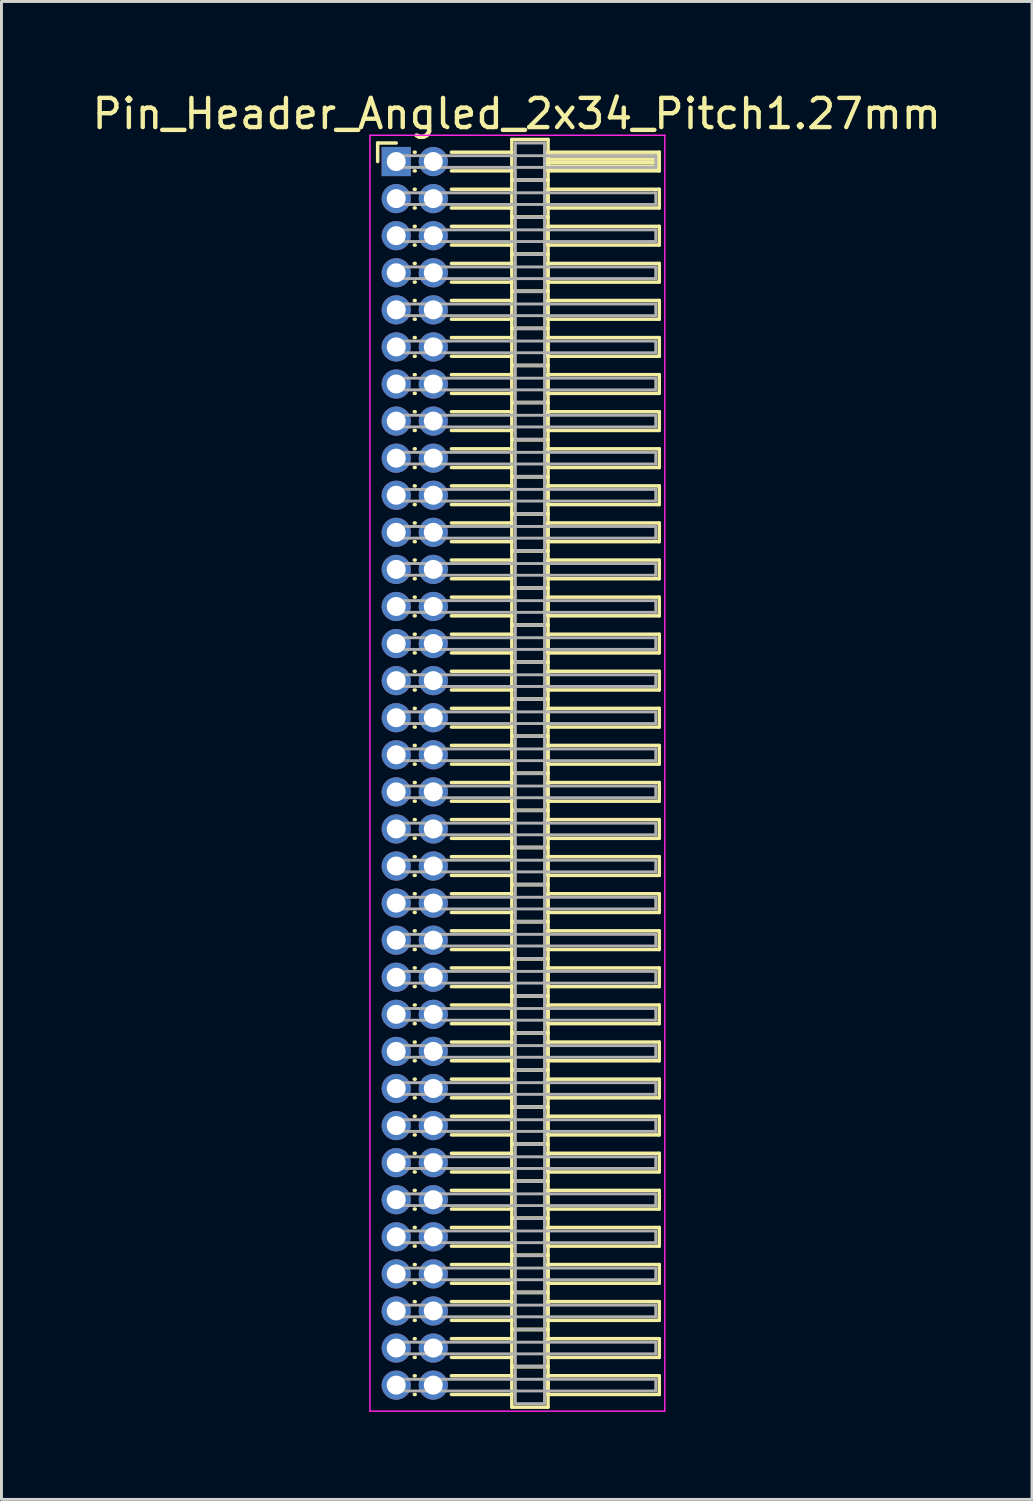
<source format=kicad_pcb>
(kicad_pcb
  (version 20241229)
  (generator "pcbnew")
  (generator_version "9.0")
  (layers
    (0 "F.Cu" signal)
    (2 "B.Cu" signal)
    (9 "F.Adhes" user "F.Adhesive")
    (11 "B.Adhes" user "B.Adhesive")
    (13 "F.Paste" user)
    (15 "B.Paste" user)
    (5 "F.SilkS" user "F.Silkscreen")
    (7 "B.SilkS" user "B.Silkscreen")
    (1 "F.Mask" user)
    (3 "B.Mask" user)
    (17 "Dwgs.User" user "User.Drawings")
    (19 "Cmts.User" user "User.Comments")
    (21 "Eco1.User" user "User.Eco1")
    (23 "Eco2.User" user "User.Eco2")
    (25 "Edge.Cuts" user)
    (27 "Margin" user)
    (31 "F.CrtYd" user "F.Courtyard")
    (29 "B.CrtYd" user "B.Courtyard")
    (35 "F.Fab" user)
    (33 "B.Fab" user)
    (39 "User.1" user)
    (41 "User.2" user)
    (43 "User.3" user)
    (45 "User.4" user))
  (footprint "Pin_Header_Angled_2x34_Pitch1.27mm"
    (layer "F.Cu")
    (at 10.521 2.483)
    (property "Reference" "Pin_Header_Angled_2x34_Pitch1.27mm" (at 4.128 -1.635 0) (layer "F.SilkS") (effects (font (size 1 1) (thickness 0.15))))
    (attr through_hole)
    (fp_line (start -0.635 -0.635) (end 0 -0.635) (stroke (width 0.12) (type solid)) (layer "F.SilkS"))
    (fp_line (start -0.635 0) (end -0.635 -0.635) (stroke (width 0.12) (type solid)) (layer "F.SilkS"))
    (fp_line (start 0.62 -0.32) (end 0.65 -0.32) (stroke (width 0.12) (type solid)) (layer "F.SilkS"))
    (fp_line (start 0.62 0.32) (end 0.65 0.32) (stroke (width 0.12) (type solid)) (layer "F.SilkS"))
    (fp_line (start 0.62 0.95) (end 0.65 0.95) (stroke (width 0.12) (type solid)) (layer "F.SilkS"))
    (fp_line (start 0.62 1.59) (end 0.65 1.59) (stroke (width 0.12) (type solid)) (layer "F.SilkS"))
    (fp_line (start 0.62 2.22) (end 0.65 2.22) (stroke (width 0.12) (type solid)) (layer "F.SilkS"))
    (fp_line (start 0.62 2.86) (end 0.65 2.86) (stroke (width 0.12) (type solid)) (layer "F.SilkS"))
    (fp_line (start 0.62 3.49) (end 0.65 3.49) (stroke (width 0.12) (type solid)) (layer "F.SilkS"))
    (fp_line (start 0.62 4.13) (end 0.65 4.13) (stroke (width 0.12) (type solid)) (layer "F.SilkS"))
    (fp_line (start 0.62 4.76) (end 0.65 4.76) (stroke (width 0.12) (type solid)) (layer "F.SilkS"))
    (fp_line (start 0.62 5.4) (end 0.65 5.4) (stroke (width 0.12) (type solid)) (layer "F.SilkS"))
    (fp_line (start 0.62 6.03) (end 0.65 6.03) (stroke (width 0.12) (type solid)) (layer "F.SilkS"))
    (fp_line (start 0.62 6.67) (end 0.65 6.67) (stroke (width 0.12) (type solid)) (layer "F.SilkS"))
    (fp_line (start 0.62 7.3) (end 0.65 7.3) (stroke (width 0.12) (type solid)) (layer "F.SilkS"))
    (fp_line (start 0.62 7.94) (end 0.65 7.94) (stroke (width 0.12) (type solid)) (layer "F.SilkS"))
    (fp_line (start 0.62 8.57) (end 0.65 8.57) (stroke (width 0.12) (type solid)) (layer "F.SilkS"))
    (fp_line (start 0.62 9.21) (end 0.65 9.21) (stroke (width 0.12) (type solid)) (layer "F.SilkS"))
    (fp_line (start 0.62 9.84) (end 0.65 9.84) (stroke (width 0.12) (type solid)) (layer "F.SilkS"))
    (fp_line (start 0.62 10.48) (end 0.65 10.48) (stroke (width 0.12) (type solid)) (layer "F.SilkS"))
    (fp_line (start 0.62 11.11) (end 0.65 11.11) (stroke (width 0.12) (type solid)) (layer "F.SilkS"))
    (fp_line (start 0.62 11.75) (end 0.65 11.75) (stroke (width 0.12) (type solid)) (layer "F.SilkS"))
    (fp_line (start 0.62 12.38) (end 0.65 12.38) (stroke (width 0.12) (type solid)) (layer "F.SilkS"))
    (fp_line (start 0.62 13.02) (end 0.65 13.02) (stroke (width 0.12) (type solid)) (layer "F.SilkS"))
    (fp_line (start 0.62 13.65) (end 0.65 13.65) (stroke (width 0.12) (type solid)) (layer "F.SilkS"))
    (fp_line (start 0.62 14.29) (end 0.65 14.29) (stroke (width 0.12) (type solid)) (layer "F.SilkS"))
    (fp_line (start 0.62 14.92) (end 0.65 14.92) (stroke (width 0.12) (type solid)) (layer "F.SilkS"))
    (fp_line (start 0.62 15.56) (end 0.65 15.56) (stroke (width 0.12) (type solid)) (layer "F.SilkS"))
    (fp_line (start 0.62 16.19) (end 0.65 16.19) (stroke (width 0.12) (type solid)) (layer "F.SilkS"))
    (fp_line (start 0.62 16.83) (end 0.65 16.83) (stroke (width 0.12) (type solid)) (layer "F.SilkS"))
    (fp_line (start 0.62 17.46) (end 0.65 17.46) (stroke (width 0.12) (type solid)) (layer "F.SilkS"))
    (fp_line (start 0.62 18.1) (end 0.65 18.1) (stroke (width 0.12) (type solid)) (layer "F.SilkS"))
    (fp_line (start 0.62 18.73) (end 0.65 18.73) (stroke (width 0.12) (type solid)) (layer "F.SilkS"))
    (fp_line (start 0.62 19.37) (end 0.65 19.37) (stroke (width 0.12) (type solid)) (layer "F.SilkS"))
    (fp_line (start 0.62 20) (end 0.65 20) (stroke (width 0.12) (type solid)) (layer "F.SilkS"))
    (fp_line (start 0.62 20.64) (end 0.65 20.64) (stroke (width 0.12) (type solid)) (layer "F.SilkS"))
    (fp_line (start 0.62 21.27) (end 0.65 21.27) (stroke (width 0.12) (type solid)) (layer "F.SilkS"))
    (fp_line (start 0.62 21.91) (end 0.65 21.91) (stroke (width 0.12) (type solid)) (layer "F.SilkS"))
    (fp_line (start 0.62 22.54) (end 0.65 22.54) (stroke (width 0.12) (type solid)) (layer "F.SilkS"))
    (fp_line (start 0.62 23.18) (end 0.65 23.18) (stroke (width 0.12) (type solid)) (layer "F.SilkS"))
    (fp_line (start 0.62 23.81) (end 0.65 23.81) (stroke (width 0.12) (type solid)) (layer "F.SilkS"))
    (fp_line (start 0.62 24.45) (end 0.65 24.45) (stroke (width 0.12) (type solid)) (layer "F.SilkS"))
    (fp_line (start 0.62 25.08) (end 0.65 25.08) (stroke (width 0.12) (type solid)) (layer "F.SilkS"))
    (fp_line (start 0.62 25.72) (end 0.65 25.72) (stroke (width 0.12) (type solid)) (layer "F.SilkS"))
    (fp_line (start 0.62 26.35) (end 0.65 26.35) (stroke (width 0.12) (type solid)) (layer "F.SilkS"))
    (fp_line (start 0.62 26.99) (end 0.65 26.99) (stroke (width 0.12) (type solid)) (layer "F.SilkS"))
    (fp_line (start 0.62 27.62) (end 0.65 27.62) (stroke (width 0.12) (type solid)) (layer "F.SilkS"))
    (fp_line (start 0.62 28.26) (end 0.65 28.26) (stroke (width 0.12) (type solid)) (layer "F.SilkS"))
    (fp_line (start 0.62 28.89) (end 0.65 28.89) (stroke (width 0.12) (type solid)) (layer "F.SilkS"))
    (fp_line (start 0.62 29.53) (end 0.65 29.53) (stroke (width 0.12) (type solid)) (layer "F.SilkS"))
    (fp_line (start 0.62 30.16) (end 0.65 30.16) (stroke (width 0.12) (type solid)) (layer "F.SilkS"))
    (fp_line (start 0.62 30.8) (end 0.65 30.8) (stroke (width 0.12) (type solid)) (layer "F.SilkS"))
    (fp_line (start 0.62 31.43) (end 0.65 31.43) (stroke (width 0.12) (type solid)) (layer "F.SilkS"))
    (fp_line (start 0.62 32.07) (end 0.65 32.07) (stroke (width 0.12) (type solid)) (layer "F.SilkS"))
    (fp_line (start 0.62 32.7) (end 0.65 32.7) (stroke (width 0.12) (type solid)) (layer "F.SilkS"))
    (fp_line (start 0.62 33.34) (end 0.65 33.34) (stroke (width 0.12) (type solid)) (layer "F.SilkS"))
    (fp_line (start 0.62 33.97) (end 0.65 33.97) (stroke (width 0.12) (type solid)) (layer "F.SilkS"))
    (fp_line (start 0.62 34.61) (end 0.65 34.61) (stroke (width 0.12) (type solid)) (layer "F.SilkS"))
    (fp_line (start 0.62 35.24) (end 0.65 35.24) (stroke (width 0.12) (type solid)) (layer "F.SilkS"))
    (fp_line (start 0.62 35.88) (end 0.65 35.88) (stroke (width 0.12) (type solid)) (layer "F.SilkS"))
    (fp_line (start 0.62 36.51) (end 0.65 36.51) (stroke (width 0.12) (type solid)) (layer "F.SilkS"))
    (fp_line (start 0.62 37.15) (end 0.65 37.15) (stroke (width 0.12) (type solid)) (layer "F.SilkS"))
    (fp_line (start 0.62 37.78) (end 0.65 37.78) (stroke (width 0.12) (type solid)) (layer "F.SilkS"))
    (fp_line (start 0.62 38.42) (end 0.65 38.42) (stroke (width 0.12) (type solid)) (layer "F.SilkS"))
    (fp_line (start 0.62 39.05) (end 0.65 39.05) (stroke (width 0.12) (type solid)) (layer "F.SilkS"))
    (fp_line (start 0.62 39.69) (end 0.65 39.69) (stroke (width 0.12) (type solid)) (layer "F.SilkS"))
    (fp_line (start 0.62 40.32) (end 0.65 40.32) (stroke (width 0.12) (type solid)) (layer "F.SilkS"))
    (fp_line (start 0.62 40.96) (end 0.65 40.96) (stroke (width 0.12) (type solid)) (layer "F.SilkS"))
    (fp_line (start 0.62 41.59) (end 0.65 41.59) (stroke (width 0.12) (type solid)) (layer "F.SilkS"))
    (fp_line (start 0.62 42.23) (end 0.65 42.23) (stroke (width 0.12) (type solid)) (layer "F.SilkS"))
    (fp_line (start 1.89 -0.32) (end 3.96 -0.32) (stroke (width 0.12) (type solid)) (layer "F.SilkS"))
    (fp_line (start 1.89 0.32) (end 3.96 0.32) (stroke (width 0.12) (type solid)) (layer "F.SilkS"))
    (fp_line (start 1.89 0.95) (end 3.96 0.95) (stroke (width 0.12) (type solid)) (layer "F.SilkS"))
    (fp_line (start 1.89 1.59) (end 3.96 1.59) (stroke (width 0.12) (type solid)) (layer "F.SilkS"))
    (fp_line (start 1.89 2.22) (end 3.96 2.22) (stroke (width 0.12) (type solid)) (layer "F.SilkS"))
    (fp_line (start 1.89 2.86) (end 3.96 2.86) (stroke (width 0.12) (type solid)) (layer "F.SilkS"))
    (fp_line (start 1.89 3.49) (end 3.96 3.49) (stroke (width 0.12) (type solid)) (layer "F.SilkS"))
    (fp_line (start 1.89 4.13) (end 3.96 4.13) (stroke (width 0.12) (type solid)) (layer "F.SilkS"))
    (fp_line (start 1.89 4.76) (end 3.96 4.76) (stroke (width 0.12) (type solid)) (layer "F.SilkS"))
    (fp_line (start 1.89 5.4) (end 3.96 5.4) (stroke (width 0.12) (type solid)) (layer "F.SilkS"))
    (fp_line (start 1.89 6.03) (end 3.96 6.03) (stroke (width 0.12) (type solid)) (layer "F.SilkS"))
    (fp_line (start 1.89 6.67) (end 3.96 6.67) (stroke (width 0.12) (type solid)) (layer "F.SilkS"))
    (fp_line (start 1.89 7.3) (end 3.96 7.3) (stroke (width 0.12) (type solid)) (layer "F.SilkS"))
    (fp_line (start 1.89 7.94) (end 3.96 7.94) (stroke (width 0.12) (type solid)) (layer "F.SilkS"))
    (fp_line (start 1.89 8.57) (end 3.96 8.57) (stroke (width 0.12) (type solid)) (layer "F.SilkS"))
    (fp_line (start 1.89 9.21) (end 3.96 9.21) (stroke (width 0.12) (type solid)) (layer "F.SilkS"))
    (fp_line (start 1.89 9.84) (end 3.96 9.84) (stroke (width 0.12) (type solid)) (layer "F.SilkS"))
    (fp_line (start 1.89 10.48) (end 3.96 10.48) (stroke (width 0.12) (type solid)) (layer "F.SilkS"))
    (fp_line (start 1.89 11.11) (end 3.96 11.11) (stroke (width 0.12) (type solid)) (layer "F.SilkS"))
    (fp_line (start 1.89 11.75) (end 3.96 11.75) (stroke (width 0.12) (type solid)) (layer "F.SilkS"))
    (fp_line (start 1.89 12.38) (end 3.96 12.38) (stroke (width 0.12) (type solid)) (layer "F.SilkS"))
    (fp_line (start 1.89 13.02) (end 3.96 13.02) (stroke (width 0.12) (type solid)) (layer "F.SilkS"))
    (fp_line (start 1.89 13.65) (end 3.96 13.65) (stroke (width 0.12) (type solid)) (layer "F.SilkS"))
    (fp_line (start 1.89 14.29) (end 3.96 14.29) (stroke (width 0.12) (type solid)) (layer "F.SilkS"))
    (fp_line (start 1.89 14.92) (end 3.96 14.92) (stroke (width 0.12) (type solid)) (layer "F.SilkS"))
    (fp_line (start 1.89 15.56) (end 3.96 15.56) (stroke (width 0.12) (type solid)) (layer "F.SilkS"))
    (fp_line (start 1.89 16.19) (end 3.96 16.19) (stroke (width 0.12) (type solid)) (layer "F.SilkS"))
    (fp_line (start 1.89 16.83) (end 3.96 16.83) (stroke (width 0.12) (type solid)) (layer "F.SilkS"))
    (fp_line (start 1.89 17.46) (end 3.96 17.46) (stroke (width 0.12) (type solid)) (layer "F.SilkS"))
    (fp_line (start 1.89 18.1) (end 3.96 18.1) (stroke (width 0.12) (type solid)) (layer "F.SilkS"))
    (fp_line (start 1.89 18.73) (end 3.96 18.73) (stroke (width 0.12) (type solid)) (layer "F.SilkS"))
    (fp_line (start 1.89 19.37) (end 3.96 19.37) (stroke (width 0.12) (type solid)) (layer "F.SilkS"))
    (fp_line (start 1.89 20) (end 3.96 20) (stroke (width 0.12) (type solid)) (layer "F.SilkS"))
    (fp_line (start 1.89 20.64) (end 3.96 20.64) (stroke (width 0.12) (type solid)) (layer "F.SilkS"))
    (fp_line (start 1.89 21.27) (end 3.96 21.27) (stroke (width 0.12) (type solid)) (layer "F.SilkS"))
    (fp_line (start 1.89 21.91) (end 3.96 21.91) (stroke (width 0.12) (type solid)) (layer "F.SilkS"))
    (fp_line (start 1.89 22.54) (end 3.96 22.54) (stroke (width 0.12) (type solid)) (layer "F.SilkS"))
    (fp_line (start 1.89 23.18) (end 3.96 23.18) (stroke (width 0.12) (type solid)) (layer "F.SilkS"))
    (fp_line (start 1.89 23.81) (end 3.96 23.81) (stroke (width 0.12) (type solid)) (layer "F.SilkS"))
    (fp_line (start 1.89 24.45) (end 3.96 24.45) (stroke (width 0.12) (type solid)) (layer "F.SilkS"))
    (fp_line (start 1.89 25.08) (end 3.96 25.08) (stroke (width 0.12) (type solid)) (layer "F.SilkS"))
    (fp_line (start 1.89 25.72) (end 3.96 25.72) (stroke (width 0.12) (type solid)) (layer "F.SilkS"))
    (fp_line (start 1.89 26.35) (end 3.96 26.35) (stroke (width 0.12) (type solid)) (layer "F.SilkS"))
    (fp_line (start 1.89 26.99) (end 3.96 26.99) (stroke (width 0.12) (type solid)) (layer "F.SilkS"))
    (fp_line (start 1.89 27.62) (end 3.96 27.62) (stroke (width 0.12) (type solid)) (layer "F.SilkS"))
    (fp_line (start 1.89 28.26) (end 3.96 28.26) (stroke (width 0.12) (type solid)) (layer "F.SilkS"))
    (fp_line (start 1.89 28.89) (end 3.96 28.89) (stroke (width 0.12) (type solid)) (layer "F.SilkS"))
    (fp_line (start 1.89 29.53) (end 3.96 29.53) (stroke (width 0.12) (type solid)) (layer "F.SilkS"))
    (fp_line (start 1.89 30.16) (end 3.96 30.16) (stroke (width 0.12) (type solid)) (layer "F.SilkS"))
    (fp_line (start 1.89 30.8) (end 3.96 30.8) (stroke (width 0.12) (type solid)) (layer "F.SilkS"))
    (fp_line (start 1.89 31.43) (end 3.96 31.43) (stroke (width 0.12) (type solid)) (layer "F.SilkS"))
    (fp_line (start 1.89 32.07) (end 3.96 32.07) (stroke (width 0.12) (type solid)) (layer "F.SilkS"))
    (fp_line (start 1.89 32.7) (end 3.96 32.7) (stroke (width 0.12) (type solid)) (layer "F.SilkS"))
    (fp_line (start 1.89 33.34) (end 3.96 33.34) (stroke (width 0.12) (type solid)) (layer "F.SilkS"))
    (fp_line (start 1.89 33.97) (end 3.96 33.97) (stroke (width 0.12) (type solid)) (layer "F.SilkS"))
    (fp_line (start 1.89 34.61) (end 3.96 34.61) (stroke (width 0.12) (type solid)) (layer "F.SilkS"))
    (fp_line (start 1.89 35.24) (end 3.96 35.24) (stroke (width 0.12) (type solid)) (layer "F.SilkS"))
    (fp_line (start 1.89 35.88) (end 3.96 35.88) (stroke (width 0.12) (type solid)) (layer "F.SilkS"))
    (fp_line (start 1.89 36.51) (end 3.96 36.51) (stroke (width 0.12) (type solid)) (layer "F.SilkS"))
    (fp_line (start 1.89 37.15) (end 3.96 37.15) (stroke (width 0.12) (type solid)) (layer "F.SilkS"))
    (fp_line (start 1.89 37.78) (end 3.96 37.78) (stroke (width 0.12) (type solid)) (layer "F.SilkS"))
    (fp_line (start 1.89 38.42) (end 3.96 38.42) (stroke (width 0.12) (type solid)) (layer "F.SilkS"))
    (fp_line (start 1.89 39.05) (end 3.96 39.05) (stroke (width 0.12) (type solid)) (layer "F.SilkS"))
    (fp_line (start 1.89 39.69) (end 3.96 39.69) (stroke (width 0.12) (type solid)) (layer "F.SilkS"))
    (fp_line (start 1.89 40.32) (end 3.96 40.32) (stroke (width 0.12) (type solid)) (layer "F.SilkS"))
    (fp_line (start 1.89 40.96) (end 3.96 40.96) (stroke (width 0.12) (type solid)) (layer "F.SilkS"))
    (fp_line (start 1.89 41.59) (end 3.96 41.59) (stroke (width 0.12) (type solid)) (layer "F.SilkS"))
    (fp_line (start 1.89 42.23) (end 3.96 42.23) (stroke (width 0.12) (type solid)) (layer "F.SilkS"))
    (fp_line (start 3.96 -0.755) (end 3.96 0.635) (stroke (width 0.12) (type solid)) (layer "F.SilkS"))
    (fp_line (start 3.96 0.635) (end 3.96 1.905) (stroke (width 0.12) (type solid)) (layer "F.SilkS"))
    (fp_line (start 3.96 0.635) (end 5.2 0.635) (stroke (width 0.12) (type solid)) (layer "F.SilkS"))
    (fp_line (start 3.96 1.905) (end 3.96 3.175) (stroke (width 0.12) (type solid)) (layer "F.SilkS"))
    (fp_line (start 3.96 1.905) (end 5.2 1.905) (stroke (width 0.12) (type solid)) (layer "F.SilkS"))
    (fp_line (start 3.96 3.175) (end 3.96 4.445) (stroke (width 0.12) (type solid)) (layer "F.SilkS"))
    (fp_line (start 3.96 3.175) (end 5.2 3.175) (stroke (width 0.12) (type solid)) (layer "F.SilkS"))
    (fp_line (start 3.96 4.445) (end 3.96 5.715) (stroke (width 0.12) (type solid)) (layer "F.SilkS"))
    (fp_line (start 3.96 4.445) (end 5.2 4.445) (stroke (width 0.12) (type solid)) (layer "F.SilkS"))
    (fp_line (start 3.96 5.715) (end 3.96 6.985) (stroke (width 0.12) (type solid)) (layer "F.SilkS"))
    (fp_line (start 3.96 5.715) (end 5.2 5.715) (stroke (width 0.12) (type solid)) (layer "F.SilkS"))
    (fp_line (start 3.96 6.985) (end 3.96 8.255) (stroke (width 0.12) (type solid)) (layer "F.SilkS"))
    (fp_line (start 3.96 6.985) (end 5.2 6.985) (stroke (width 0.12) (type solid)) (layer "F.SilkS"))
    (fp_line (start 3.96 8.255) (end 3.96 9.525) (stroke (width 0.12) (type solid)) (layer "F.SilkS"))
    (fp_line (start 3.96 8.255) (end 5.2 8.255) (stroke (width 0.12) (type solid)) (layer "F.SilkS"))
    (fp_line (start 3.96 9.525) (end 3.96 10.795) (stroke (width 0.12) (type solid)) (layer "F.SilkS"))
    (fp_line (start 3.96 9.525) (end 5.2 9.525) (stroke (width 0.12) (type solid)) (layer "F.SilkS"))
    (fp_line (start 3.96 10.795) (end 3.96 12.065) (stroke (width 0.12) (type solid)) (layer "F.SilkS"))
    (fp_line (start 3.96 10.795) (end 5.2 10.795) (stroke (width 0.12) (type solid)) (layer "F.SilkS"))
    (fp_line (start 3.96 12.065) (end 3.96 13.335) (stroke (width 0.12) (type solid)) (layer "F.SilkS"))
    (fp_line (start 3.96 12.065) (end 5.2 12.065) (stroke (width 0.12) (type solid)) (layer "F.SilkS"))
    (fp_line (start 3.96 13.335) (end 3.96 14.605) (stroke (width 0.12) (type solid)) (layer "F.SilkS"))
    (fp_line (start 3.96 13.335) (end 5.2 13.335) (stroke (width 0.12) (type solid)) (layer "F.SilkS"))
    (fp_line (start 3.96 14.605) (end 3.96 15.875) (stroke (width 0.12) (type solid)) (layer "F.SilkS"))
    (fp_line (start 3.96 14.605) (end 5.2 14.605) (stroke (width 0.12) (type solid)) (layer "F.SilkS"))
    (fp_line (start 3.96 15.875) (end 3.96 17.145) (stroke (width 0.12) (type solid)) (layer "F.SilkS"))
    (fp_line (start 3.96 15.875) (end 5.2 15.875) (stroke (width 0.12) (type solid)) (layer "F.SilkS"))
    (fp_line (start 3.96 17.145) (end 3.96 18.415) (stroke (width 0.12) (type solid)) (layer "F.SilkS"))
    (fp_line (start 3.96 17.145) (end 5.2 17.145) (stroke (width 0.12) (type solid)) (layer "F.SilkS"))
    (fp_line (start 3.96 18.415) (end 3.96 19.685) (stroke (width 0.12) (type solid)) (layer "F.SilkS"))
    (fp_line (start 3.96 18.415) (end 5.2 18.415) (stroke (width 0.12) (type solid)) (layer "F.SilkS"))
    (fp_line (start 3.96 19.685) (end 3.96 20.955) (stroke (width 0.12) (type solid)) (layer "F.SilkS"))
    (fp_line (start 3.96 19.685) (end 5.2 19.685) (stroke (width 0.12) (type solid)) (layer "F.SilkS"))
    (fp_line (start 3.96 20.955) (end 3.96 22.225) (stroke (width 0.12) (type solid)) (layer "F.SilkS"))
    (fp_line (start 3.96 20.955) (end 5.2 20.955) (stroke (width 0.12) (type solid)) (layer "F.SilkS"))
    (fp_line (start 3.96 22.225) (end 3.96 23.495) (stroke (width 0.12) (type solid)) (layer "F.SilkS"))
    (fp_line (start 3.96 22.225) (end 5.2 22.225) (stroke (width 0.12) (type solid)) (layer "F.SilkS"))
    (fp_line (start 3.96 23.495) (end 3.96 24.765) (stroke (width 0.12) (type solid)) (layer "F.SilkS"))
    (fp_line (start 3.96 23.495) (end 5.2 23.495) (stroke (width 0.12) (type solid)) (layer "F.SilkS"))
    (fp_line (start 3.96 24.765) (end 3.96 26.035) (stroke (width 0.12) (type solid)) (layer "F.SilkS"))
    (fp_line (start 3.96 24.765) (end 5.2 24.765) (stroke (width 0.12) (type solid)) (layer "F.SilkS"))
    (fp_line (start 3.96 26.035) (end 3.96 27.305) (stroke (width 0.12) (type solid)) (layer "F.SilkS"))
    (fp_line (start 3.96 26.035) (end 5.2 26.035) (stroke (width 0.12) (type solid)) (layer "F.SilkS"))
    (fp_line (start 3.96 27.305) (end 3.96 28.575) (stroke (width 0.12) (type solid)) (layer "F.SilkS"))
    (fp_line (start 3.96 27.305) (end 5.2 27.305) (stroke (width 0.12) (type solid)) (layer "F.SilkS"))
    (fp_line (start 3.96 28.575) (end 3.96 29.845) (stroke (width 0.12) (type solid)) (layer "F.SilkS"))
    (fp_line (start 3.96 28.575) (end 5.2 28.575) (stroke (width 0.12) (type solid)) (layer "F.SilkS"))
    (fp_line (start 3.96 29.845) (end 3.96 31.115) (stroke (width 0.12) (type solid)) (layer "F.SilkS"))
    (fp_line (start 3.96 29.845) (end 5.2 29.845) (stroke (width 0.12) (type solid)) (layer "F.SilkS"))
    (fp_line (start 3.96 31.115) (end 3.96 32.385) (stroke (width 0.12) (type solid)) (layer "F.SilkS"))
    (fp_line (start 3.96 31.115) (end 5.2 31.115) (stroke (width 0.12) (type solid)) (layer "F.SilkS"))
    (fp_line (start 3.96 32.385) (end 3.96 33.655) (stroke (width 0.12) (type solid)) (layer "F.SilkS"))
    (fp_line (start 3.96 32.385) (end 5.2 32.385) (stroke (width 0.12) (type solid)) (layer "F.SilkS"))
    (fp_line (start 3.96 33.655) (end 3.96 34.925) (stroke (width 0.12) (type solid)) (layer "F.SilkS"))
    (fp_line (start 3.96 33.655) (end 5.2 33.655) (stroke (width 0.12) (type solid)) (layer "F.SilkS"))
    (fp_line (start 3.96 34.925) (end 3.96 36.195) (stroke (width 0.12) (type solid)) (layer "F.SilkS"))
    (fp_line (start 3.96 34.925) (end 5.2 34.925) (stroke (width 0.12) (type solid)) (layer "F.SilkS"))
    (fp_line (start 3.96 36.195) (end 3.96 37.465) (stroke (width 0.12) (type solid)) (layer "F.SilkS"))
    (fp_line (start 3.96 36.195) (end 5.2 36.195) (stroke (width 0.12) (type solid)) (layer "F.SilkS"))
    (fp_line (start 3.96 37.465) (end 3.96 38.735) (stroke (width 0.12) (type solid)) (layer "F.SilkS"))
    (fp_line (start 3.96 37.465) (end 5.2 37.465) (stroke (width 0.12) (type solid)) (layer "F.SilkS"))
    (fp_line (start 3.96 38.735) (end 3.96 40.005) (stroke (width 0.12) (type solid)) (layer "F.SilkS"))
    (fp_line (start 3.96 38.735) (end 5.2 38.735) (stroke (width 0.12) (type solid)) (layer "F.SilkS"))
    (fp_line (start 3.96 40.005) (end 3.96 41.275) (stroke (width 0.12) (type solid)) (layer "F.SilkS"))
    (fp_line (start 3.96 40.005) (end 5.2 40.005) (stroke (width 0.12) (type solid)) (layer "F.SilkS"))
    (fp_line (start 3.96 41.275) (end 3.96 42.665) (stroke (width 0.12) (type solid)) (layer "F.SilkS"))
    (fp_line (start 3.96 41.275) (end 5.2 41.275) (stroke (width 0.12) (type solid)) (layer "F.SilkS"))
    (fp_line (start 3.96 42.665) (end 5.2 42.665) (stroke (width 0.12) (type solid)) (layer "F.SilkS"))
    (fp_line (start 5.2 -0.755) (end 3.96 -0.755) (stroke (width 0.12) (type solid)) (layer "F.SilkS"))
    (fp_line (start 5.2 -0.32) (end 5.2 0.32) (stroke (width 0.12) (type solid)) (layer "F.SilkS"))
    (fp_line (start 5.2 -0.2) (end 9.01 -0.2) (stroke (width 0.12) (type solid)) (layer "F.SilkS"))
    (fp_line (start 5.2 -0.08) (end 9.01 -0.08) (stroke (width 0.12) (type solid)) (layer "F.SilkS"))
    (fp_line (start 5.2 0.04) (end 9.01 0.04) (stroke (width 0.12) (type solid)) (layer "F.SilkS"))
    (fp_line (start 5.2 0.16) (end 9.01 0.16) (stroke (width 0.12) (type solid)) (layer "F.SilkS"))
    (fp_line (start 5.2 0.28) (end 9.01 0.28) (stroke (width 0.12) (type solid)) (layer "F.SilkS"))
    (fp_line (start 5.2 0.32) (end 9.01 0.32) (stroke (width 0.12) (type solid)) (layer "F.SilkS"))
    (fp_line (start 5.2 0.635) (end 3.96 0.635) (stroke (width 0.12) (type solid)) (layer "F.SilkS"))
    (fp_line (start 5.2 0.635) (end 5.2 -0.755) (stroke (width 0.12) (type solid)) (layer "F.SilkS"))
    (fp_line (start 5.2 0.95) (end 5.2 1.59) (stroke (width 0.12) (type solid)) (layer "F.SilkS"))
    (fp_line (start 5.2 1.59) (end 9.01 1.59) (stroke (width 0.12) (type solid)) (layer "F.SilkS"))
    (fp_line (start 5.2 1.905) (end 3.96 1.905) (stroke (width 0.12) (type solid)) (layer "F.SilkS"))
    (fp_line (start 5.2 1.905) (end 5.2 0.635) (stroke (width 0.12) (type solid)) (layer "F.SilkS"))
    (fp_line (start 5.2 2.22) (end 5.2 2.86) (stroke (width 0.12) (type solid)) (layer "F.SilkS"))
    (fp_line (start 5.2 2.86) (end 9.01 2.86) (stroke (width 0.12) (type solid)) (layer "F.SilkS"))
    (fp_line (start 5.2 3.175) (end 3.96 3.175) (stroke (width 0.12) (type solid)) (layer "F.SilkS"))
    (fp_line (start 5.2 3.175) (end 5.2 1.905) (stroke (width 0.12) (type solid)) (layer "F.SilkS"))
    (fp_line (start 5.2 3.49) (end 5.2 4.13) (stroke (width 0.12) (type solid)) (layer "F.SilkS"))
    (fp_line (start 5.2 4.13) (end 9.01 4.13) (stroke (width 0.12) (type solid)) (layer "F.SilkS"))
    (fp_line (start 5.2 4.445) (end 3.96 4.445) (stroke (width 0.12) (type solid)) (layer "F.SilkS"))
    (fp_line (start 5.2 4.445) (end 5.2 3.175) (stroke (width 0.12) (type solid)) (layer "F.SilkS"))
    (fp_line (start 5.2 4.76) (end 5.2 5.4) (stroke (width 0.12) (type solid)) (layer "F.SilkS"))
    (fp_line (start 5.2 5.4) (end 9.01 5.4) (stroke (width 0.12) (type solid)) (layer "F.SilkS"))
    (fp_line (start 5.2 5.715) (end 3.96 5.715) (stroke (width 0.12) (type solid)) (layer "F.SilkS"))
    (fp_line (start 5.2 5.715) (end 5.2 4.445) (stroke (width 0.12) (type solid)) (layer "F.SilkS"))
    (fp_line (start 5.2 6.03) (end 5.2 6.67) (stroke (width 0.12) (type solid)) (layer "F.SilkS"))
    (fp_line (start 5.2 6.67) (end 9.01 6.67) (stroke (width 0.12) (type solid)) (layer "F.SilkS"))
    (fp_line (start 5.2 6.985) (end 3.96 6.985) (stroke (width 0.12) (type solid)) (layer "F.SilkS"))
    (fp_line (start 5.2 6.985) (end 5.2 5.715) (stroke (width 0.12) (type solid)) (layer "F.SilkS"))
    (fp_line (start 5.2 7.3) (end 5.2 7.94) (stroke (width 0.12) (type solid)) (layer "F.SilkS"))
    (fp_line (start 5.2 7.94) (end 9.01 7.94) (stroke (width 0.12) (type solid)) (layer "F.SilkS"))
    (fp_line (start 5.2 8.255) (end 3.96 8.255) (stroke (width 0.12) (type solid)) (layer "F.SilkS"))
    (fp_line (start 5.2 8.255) (end 5.2 6.985) (stroke (width 0.12) (type solid)) (layer "F.SilkS"))
    (fp_line (start 5.2 8.57) (end 5.2 9.21) (stroke (width 0.12) (type solid)) (layer "F.SilkS"))
    (fp_line (start 5.2 9.21) (end 9.01 9.21) (stroke (width 0.12) (type solid)) (layer "F.SilkS"))
    (fp_line (start 5.2 9.525) (end 3.96 9.525) (stroke (width 0.12) (type solid)) (layer "F.SilkS"))
    (fp_line (start 5.2 9.525) (end 5.2 8.255) (stroke (width 0.12) (type solid)) (layer "F.SilkS"))
    (fp_line (start 5.2 9.84) (end 5.2 10.48) (stroke (width 0.12) (type solid)) (layer "F.SilkS"))
    (fp_line (start 5.2 10.48) (end 9.01 10.48) (stroke (width 0.12) (type solid)) (layer "F.SilkS"))
    (fp_line (start 5.2 10.795) (end 3.96 10.795) (stroke (width 0.12) (type solid)) (layer "F.SilkS"))
    (fp_line (start 5.2 10.795) (end 5.2 9.525) (stroke (width 0.12) (type solid)) (layer "F.SilkS"))
    (fp_line (start 5.2 11.11) (end 5.2 11.75) (stroke (width 0.12) (type solid)) (layer "F.SilkS"))
    (fp_line (start 5.2 11.75) (end 9.01 11.75) (stroke (width 0.12) (type solid)) (layer "F.SilkS"))
    (fp_line (start 5.2 12.065) (end 3.96 12.065) (stroke (width 0.12) (type solid)) (layer "F.SilkS"))
    (fp_line (start 5.2 12.065) (end 5.2 10.795) (stroke (width 0.12) (type solid)) (layer "F.SilkS"))
    (fp_line (start 5.2 12.38) (end 5.2 13.02) (stroke (width 0.12) (type solid)) (layer "F.SilkS"))
    (fp_line (start 5.2 13.02) (end 9.01 13.02) (stroke (width 0.12) (type solid)) (layer "F.SilkS"))
    (fp_line (start 5.2 13.335) (end 3.96 13.335) (stroke (width 0.12) (type solid)) (layer "F.SilkS"))
    (fp_line (start 5.2 13.335) (end 5.2 12.065) (stroke (width 0.12) (type solid)) (layer "F.SilkS"))
    (fp_line (start 5.2 13.65) (end 5.2 14.29) (stroke (width 0.12) (type solid)) (layer "F.SilkS"))
    (fp_line (start 5.2 14.29) (end 9.01 14.29) (stroke (width 0.12) (type solid)) (layer "F.SilkS"))
    (fp_line (start 5.2 14.605) (end 3.96 14.605) (stroke (width 0.12) (type solid)) (layer "F.SilkS"))
    (fp_line (start 5.2 14.605) (end 5.2 13.335) (stroke (width 0.12) (type solid)) (layer "F.SilkS"))
    (fp_line (start 5.2 14.92) (end 5.2 15.56) (stroke (width 0.12) (type solid)) (layer "F.SilkS"))
    (fp_line (start 5.2 15.56) (end 9.01 15.56) (stroke (width 0.12) (type solid)) (layer "F.SilkS"))
    (fp_line (start 5.2 15.875) (end 3.96 15.875) (stroke (width 0.12) (type solid)) (layer "F.SilkS"))
    (fp_line (start 5.2 15.875) (end 5.2 14.605) (stroke (width 0.12) (type solid)) (layer "F.SilkS"))
    (fp_line (start 5.2 16.19) (end 5.2 16.83) (stroke (width 0.12) (type solid)) (layer "F.SilkS"))
    (fp_line (start 5.2 16.83) (end 9.01 16.83) (stroke (width 0.12) (type solid)) (layer "F.SilkS"))
    (fp_line (start 5.2 17.145) (end 3.96 17.145) (stroke (width 0.12) (type solid)) (layer "F.SilkS"))
    (fp_line (start 5.2 17.145) (end 5.2 15.875) (stroke (width 0.12) (type solid)) (layer "F.SilkS"))
    (fp_line (start 5.2 17.46) (end 5.2 18.1) (stroke (width 0.12) (type solid)) (layer "F.SilkS"))
    (fp_line (start 5.2 18.1) (end 9.01 18.1) (stroke (width 0.12) (type solid)) (layer "F.SilkS"))
    (fp_line (start 5.2 18.415) (end 3.96 18.415) (stroke (width 0.12) (type solid)) (layer "F.SilkS"))
    (fp_line (start 5.2 18.415) (end 5.2 17.145) (stroke (width 0.12) (type solid)) (layer "F.SilkS"))
    (fp_line (start 5.2 18.73) (end 5.2 19.37) (stroke (width 0.12) (type solid)) (layer "F.SilkS"))
    (fp_line (start 5.2 19.37) (end 9.01 19.37) (stroke (width 0.12) (type solid)) (layer "F.SilkS"))
    (fp_line (start 5.2 19.685) (end 3.96 19.685) (stroke (width 0.12) (type solid)) (layer "F.SilkS"))
    (fp_line (start 5.2 19.685) (end 5.2 18.415) (stroke (width 0.12) (type solid)) (layer "F.SilkS"))
    (fp_line (start 5.2 20) (end 5.2 20.64) (stroke (width 0.12) (type solid)) (layer "F.SilkS"))
    (fp_line (start 5.2 20.64) (end 9.01 20.64) (stroke (width 0.12) (type solid)) (layer "F.SilkS"))
    (fp_line (start 5.2 20.955) (end 3.96 20.955) (stroke (width 0.12) (type solid)) (layer "F.SilkS"))
    (fp_line (start 5.2 20.955) (end 5.2 19.685) (stroke (width 0.12) (type solid)) (layer "F.SilkS"))
    (fp_line (start 5.2 21.27) (end 5.2 21.91) (stroke (width 0.12) (type solid)) (layer "F.SilkS"))
    (fp_line (start 5.2 21.91) (end 9.01 21.91) (stroke (width 0.12) (type solid)) (layer "F.SilkS"))
    (fp_line (start 5.2 22.225) (end 3.96 22.225) (stroke (width 0.12) (type solid)) (layer "F.SilkS"))
    (fp_line (start 5.2 22.225) (end 5.2 20.955) (stroke (width 0.12) (type solid)) (layer "F.SilkS"))
    (fp_line (start 5.2 22.54) (end 5.2 23.18) (stroke (width 0.12) (type solid)) (layer "F.SilkS"))
    (fp_line (start 5.2 23.18) (end 9.01 23.18) (stroke (width 0.12) (type solid)) (layer "F.SilkS"))
    (fp_line (start 5.2 23.495) (end 3.96 23.495) (stroke (width 0.12) (type solid)) (layer "F.SilkS"))
    (fp_line (start 5.2 23.495) (end 5.2 22.225) (stroke (width 0.12) (type solid)) (layer "F.SilkS"))
    (fp_line (start 5.2 23.81) (end 5.2 24.45) (stroke (width 0.12) (type solid)) (layer "F.SilkS"))
    (fp_line (start 5.2 24.45) (end 9.01 24.45) (stroke (width 0.12) (type solid)) (layer "F.SilkS"))
    (fp_line (start 5.2 24.765) (end 3.96 24.765) (stroke (width 0.12) (type solid)) (layer "F.SilkS"))
    (fp_line (start 5.2 24.765) (end 5.2 23.495) (stroke (width 0.12) (type solid)) (layer "F.SilkS"))
    (fp_line (start 5.2 25.08) (end 5.2 25.72) (stroke (width 0.12) (type solid)) (layer "F.SilkS"))
    (fp_line (start 5.2 25.72) (end 9.01 25.72) (stroke (width 0.12) (type solid)) (layer "F.SilkS"))
    (fp_line (start 5.2 26.035) (end 3.96 26.035) (stroke (width 0.12) (type solid)) (layer "F.SilkS"))
    (fp_line (start 5.2 26.035) (end 5.2 24.765) (stroke (width 0.12) (type solid)) (layer "F.SilkS"))
    (fp_line (start 5.2 26.35) (end 5.2 26.99) (stroke (width 0.12) (type solid)) (layer "F.SilkS"))
    (fp_line (start 5.2 26.99) (end 9.01 26.99) (stroke (width 0.12) (type solid)) (layer "F.SilkS"))
    (fp_line (start 5.2 27.305) (end 3.96 27.305) (stroke (width 0.12) (type solid)) (layer "F.SilkS"))
    (fp_line (start 5.2 27.305) (end 5.2 26.035) (stroke (width 0.12) (type solid)) (layer "F.SilkS"))
    (fp_line (start 5.2 27.62) (end 5.2 28.26) (stroke (width 0.12) (type solid)) (layer "F.SilkS"))
    (fp_line (start 5.2 28.26) (end 9.01 28.26) (stroke (width 0.12) (type solid)) (layer "F.SilkS"))
    (fp_line (start 5.2 28.575) (end 3.96 28.575) (stroke (width 0.12) (type solid)) (layer "F.SilkS"))
    (fp_line (start 5.2 28.575) (end 5.2 27.305) (stroke (width 0.12) (type solid)) (layer "F.SilkS"))
    (fp_line (start 5.2 28.89) (end 5.2 29.53) (stroke (width 0.12) (type solid)) (layer "F.SilkS"))
    (fp_line (start 5.2 29.53) (end 9.01 29.53) (stroke (width 0.12) (type solid)) (layer "F.SilkS"))
    (fp_line (start 5.2 29.845) (end 3.96 29.845) (stroke (width 0.12) (type solid)) (layer "F.SilkS"))
    (fp_line (start 5.2 29.845) (end 5.2 28.575) (stroke (width 0.12) (type solid)) (layer "F.SilkS"))
    (fp_line (start 5.2 30.16) (end 5.2 30.8) (stroke (width 0.12) (type solid)) (layer "F.SilkS"))
    (fp_line (start 5.2 30.8) (end 9.01 30.8) (stroke (width 0.12) (type solid)) (layer "F.SilkS"))
    (fp_line (start 5.2 31.115) (end 3.96 31.115) (stroke (width 0.12) (type solid)) (layer "F.SilkS"))
    (fp_line (start 5.2 31.115) (end 5.2 29.845) (stroke (width 0.12) (type solid)) (layer "F.SilkS"))
    (fp_line (start 5.2 31.43) (end 5.2 32.07) (stroke (width 0.12) (type solid)) (layer "F.SilkS"))
    (fp_line (start 5.2 32.07) (end 9.01 32.07) (stroke (width 0.12) (type solid)) (layer "F.SilkS"))
    (fp_line (start 5.2 32.385) (end 3.96 32.385) (stroke (width 0.12) (type solid)) (layer "F.SilkS"))
    (fp_line (start 5.2 32.385) (end 5.2 31.115) (stroke (width 0.12) (type solid)) (layer "F.SilkS"))
    (fp_line (start 5.2 32.7) (end 5.2 33.34) (stroke (width 0.12) (type solid)) (layer "F.SilkS"))
    (fp_line (start 5.2 33.34) (end 9.01 33.34) (stroke (width 0.12) (type solid)) (layer "F.SilkS"))
    (fp_line (start 5.2 33.655) (end 3.96 33.655) (stroke (width 0.12) (type solid)) (layer "F.SilkS"))
    (fp_line (start 5.2 33.655) (end 5.2 32.385) (stroke (width 0.12) (type solid)) (layer "F.SilkS"))
    (fp_line (start 5.2 33.97) (end 5.2 34.61) (stroke (width 0.12) (type solid)) (layer "F.SilkS"))
    (fp_line (start 5.2 34.61) (end 9.01 34.61) (stroke (width 0.12) (type solid)) (layer "F.SilkS"))
    (fp_line (start 5.2 34.925) (end 3.96 34.925) (stroke (width 0.12) (type solid)) (layer "F.SilkS"))
    (fp_line (start 5.2 34.925) (end 5.2 33.655) (stroke (width 0.12) (type solid)) (layer "F.SilkS"))
    (fp_line (start 5.2 35.24) (end 5.2 35.88) (stroke (width 0.12) (type solid)) (layer "F.SilkS"))
    (fp_line (start 5.2 35.88) (end 9.01 35.88) (stroke (width 0.12) (type solid)) (layer "F.SilkS"))
    (fp_line (start 5.2 36.195) (end 3.96 36.195) (stroke (width 0.12) (type solid)) (layer "F.SilkS"))
    (fp_line (start 5.2 36.195) (end 5.2 34.925) (stroke (width 0.12) (type solid)) (layer "F.SilkS"))
    (fp_line (start 5.2 36.51) (end 5.2 37.15) (stroke (width 0.12) (type solid)) (layer "F.SilkS"))
    (fp_line (start 5.2 37.15) (end 9.01 37.15) (stroke (width 0.12) (type solid)) (layer "F.SilkS"))
    (fp_line (start 5.2 37.465) (end 3.96 37.465) (stroke (width 0.12) (type solid)) (layer "F.SilkS"))
    (fp_line (start 5.2 37.465) (end 5.2 36.195) (stroke (width 0.12) (type solid)) (layer "F.SilkS"))
    (fp_line (start 5.2 37.78) (end 5.2 38.42) (stroke (width 0.12) (type solid)) (layer "F.SilkS"))
    (fp_line (start 5.2 38.42) (end 9.01 38.42) (stroke (width 0.12) (type solid)) (layer "F.SilkS"))
    (fp_line (start 5.2 38.735) (end 3.96 38.735) (stroke (width 0.12) (type solid)) (layer "F.SilkS"))
    (fp_line (start 5.2 38.735) (end 5.2 37.465) (stroke (width 0.12) (type solid)) (layer "F.SilkS"))
    (fp_line (start 5.2 39.05) (end 5.2 39.69) (stroke (width 0.12) (type solid)) (layer "F.SilkS"))
    (fp_line (start 5.2 39.69) (end 9.01 39.69) (stroke (width 0.12) (type solid)) (layer "F.SilkS"))
    (fp_line (start 5.2 40.005) (end 3.96 40.005) (stroke (width 0.12) (type solid)) (layer "F.SilkS"))
    (fp_line (start 5.2 40.005) (end 5.2 38.735) (stroke (width 0.12) (type solid)) (layer "F.SilkS"))
    (fp_line (start 5.2 40.32) (end 5.2 40.96) (stroke (width 0.12) (type solid)) (layer "F.SilkS"))
    (fp_line (start 5.2 40.96) (end 9.01 40.96) (stroke (width 0.12) (type solid)) (layer "F.SilkS"))
    (fp_line (start 5.2 41.275) (end 3.96 41.275) (stroke (width 0.12) (type solid)) (layer "F.SilkS"))
    (fp_line (start 5.2 41.275) (end 5.2 40.005) (stroke (width 0.12) (type solid)) (layer "F.SilkS"))
    (fp_line (start 5.2 41.59) (end 5.2 42.23) (stroke (width 0.12) (type solid)) (layer "F.SilkS"))
    (fp_line (start 5.2 42.23) (end 9.01 42.23) (stroke (width 0.12) (type solid)) (layer "F.SilkS"))
    (fp_line (start 5.2 42.665) (end 5.2 41.275) (stroke (width 0.12) (type solid)) (layer "F.SilkS"))
    (fp_line (start 9.01 -0.32) (end 5.2 -0.32) (stroke (width 0.12) (type solid)) (layer "F.SilkS"))
    (fp_line (start 9.01 0.32) (end 9.01 -0.32) (stroke (width 0.12) (type solid)) (layer "F.SilkS"))
    (fp_line (start 9.01 0.95) (end 5.2 0.95) (stroke (width 0.12) (type solid)) (layer "F.SilkS"))
    (fp_line (start 9.01 1.59) (end 9.01 0.95) (stroke (width 0.12) (type solid)) (layer "F.SilkS"))
    (fp_line (start 9.01 2.22) (end 5.2 2.22) (stroke (width 0.12) (type solid)) (layer "F.SilkS"))
    (fp_line (start 9.01 2.86) (end 9.01 2.22) (stroke (width 0.12) (type solid)) (layer "F.SilkS"))
    (fp_line (start 9.01 3.49) (end 5.2 3.49) (stroke (width 0.12) (type solid)) (layer "F.SilkS"))
    (fp_line (start 9.01 4.13) (end 9.01 3.49) (stroke (width 0.12) (type solid)) (layer "F.SilkS"))
    (fp_line (start 9.01 4.76) (end 5.2 4.76) (stroke (width 0.12) (type solid)) (layer "F.SilkS"))
    (fp_line (start 9.01 5.4) (end 9.01 4.76) (stroke (width 0.12) (type solid)) (layer "F.SilkS"))
    (fp_line (start 9.01 6.03) (end 5.2 6.03) (stroke (width 0.12) (type solid)) (layer "F.SilkS"))
    (fp_line (start 9.01 6.67) (end 9.01 6.03) (stroke (width 0.12) (type solid)) (layer "F.SilkS"))
    (fp_line (start 9.01 7.3) (end 5.2 7.3) (stroke (width 0.12) (type solid)) (layer "F.SilkS"))
    (fp_line (start 9.01 7.94) (end 9.01 7.3) (stroke (width 0.12) (type solid)) (layer "F.SilkS"))
    (fp_line (start 9.01 8.57) (end 5.2 8.57) (stroke (width 0.12) (type solid)) (layer "F.SilkS"))
    (fp_line (start 9.01 9.21) (end 9.01 8.57) (stroke (width 0.12) (type solid)) (layer "F.SilkS"))
    (fp_line (start 9.01 9.84) (end 5.2 9.84) (stroke (width 0.12) (type solid)) (layer "F.SilkS"))
    (fp_line (start 9.01 10.48) (end 9.01 9.84) (stroke (width 0.12) (type solid)) (layer "F.SilkS"))
    (fp_line (start 9.01 11.11) (end 5.2 11.11) (stroke (width 0.12) (type solid)) (layer "F.SilkS"))
    (fp_line (start 9.01 11.75) (end 9.01 11.11) (stroke (width 0.12) (type solid)) (layer "F.SilkS"))
    (fp_line (start 9.01 12.38) (end 5.2 12.38) (stroke (width 0.12) (type solid)) (layer "F.SilkS"))
    (fp_line (start 9.01 13.02) (end 9.01 12.38) (stroke (width 0.12) (type solid)) (layer "F.SilkS"))
    (fp_line (start 9.01 13.65) (end 5.2 13.65) (stroke (width 0.12) (type solid)) (layer "F.SilkS"))
    (fp_line (start 9.01 14.29) (end 9.01 13.65) (stroke (width 0.12) (type solid)) (layer "F.SilkS"))
    (fp_line (start 9.01 14.92) (end 5.2 14.92) (stroke (width 0.12) (type solid)) (layer "F.SilkS"))
    (fp_line (start 9.01 15.56) (end 9.01 14.92) (stroke (width 0.12) (type solid)) (layer "F.SilkS"))
    (fp_line (start 9.01 16.19) (end 5.2 16.19) (stroke (width 0.12) (type solid)) (layer "F.SilkS"))
    (fp_line (start 9.01 16.83) (end 9.01 16.19) (stroke (width 0.12) (type solid)) (layer "F.SilkS"))
    (fp_line (start 9.01 17.46) (end 5.2 17.46) (stroke (width 0.12) (type solid)) (layer "F.SilkS"))
    (fp_line (start 9.01 18.1) (end 9.01 17.46) (stroke (width 0.12) (type solid)) (layer "F.SilkS"))
    (fp_line (start 9.01 18.73) (end 5.2 18.73) (stroke (width 0.12) (type solid)) (layer "F.SilkS"))
    (fp_line (start 9.01 19.37) (end 9.01 18.73) (stroke (width 0.12) (type solid)) (layer "F.SilkS"))
    (fp_line (start 9.01 20) (end 5.2 20) (stroke (width 0.12) (type solid)) (layer "F.SilkS"))
    (fp_line (start 9.01 20.64) (end 9.01 20) (stroke (width 0.12) (type solid)) (layer "F.SilkS"))
    (fp_line (start 9.01 21.27) (end 5.2 21.27) (stroke (width 0.12) (type solid)) (layer "F.SilkS"))
    (fp_line (start 9.01 21.91) (end 9.01 21.27) (stroke (width 0.12) (type solid)) (layer "F.SilkS"))
    (fp_line (start 9.01 22.54) (end 5.2 22.54) (stroke (width 0.12) (type solid)) (layer "F.SilkS"))
    (fp_line (start 9.01 23.18) (end 9.01 22.54) (stroke (width 0.12) (type solid)) (layer "F.SilkS"))
    (fp_line (start 9.01 23.81) (end 5.2 23.81) (stroke (width 0.12) (type solid)) (layer "F.SilkS"))
    (fp_line (start 9.01 24.45) (end 9.01 23.81) (stroke (width 0.12) (type solid)) (layer "F.SilkS"))
    (fp_line (start 9.01 25.08) (end 5.2 25.08) (stroke (width 0.12) (type solid)) (layer "F.SilkS"))
    (fp_line (start 9.01 25.72) (end 9.01 25.08) (stroke (width 0.12) (type solid)) (layer "F.SilkS"))
    (fp_line (start 9.01 26.35) (end 5.2 26.35) (stroke (width 0.12) (type solid)) (layer "F.SilkS"))
    (fp_line (start 9.01 26.99) (end 9.01 26.35) (stroke (width 0.12) (type solid)) (layer "F.SilkS"))
    (fp_line (start 9.01 27.62) (end 5.2 27.62) (stroke (width 0.12) (type solid)) (layer "F.SilkS"))
    (fp_line (start 9.01 28.26) (end 9.01 27.62) (stroke (width 0.12) (type solid)) (layer "F.SilkS"))
    (fp_line (start 9.01 28.89) (end 5.2 28.89) (stroke (width 0.12) (type solid)) (layer "F.SilkS"))
    (fp_line (start 9.01 29.53) (end 9.01 28.89) (stroke (width 0.12) (type solid)) (layer "F.SilkS"))
    (fp_line (start 9.01 30.16) (end 5.2 30.16) (stroke (width 0.12) (type solid)) (layer "F.SilkS"))
    (fp_line (start 9.01 30.8) (end 9.01 30.16) (stroke (width 0.12) (type solid)) (layer "F.SilkS"))
    (fp_line (start 9.01 31.43) (end 5.2 31.43) (stroke (width 0.12) (type solid)) (layer "F.SilkS"))
    (fp_line (start 9.01 32.07) (end 9.01 31.43) (stroke (width 0.12) (type solid)) (layer "F.SilkS"))
    (fp_line (start 9.01 32.7) (end 5.2 32.7) (stroke (width 0.12) (type solid)) (layer "F.SilkS"))
    (fp_line (start 9.01 33.34) (end 9.01 32.7) (stroke (width 0.12) (type solid)) (layer "F.SilkS"))
    (fp_line (start 9.01 33.97) (end 5.2 33.97) (stroke (width 0.12) (type solid)) (layer "F.SilkS"))
    (fp_line (start 9.01 34.61) (end 9.01 33.97) (stroke (width 0.12) (type solid)) (layer "F.SilkS"))
    (fp_line (start 9.01 35.24) (end 5.2 35.24) (stroke (width 0.12) (type solid)) (layer "F.SilkS"))
    (fp_line (start 9.01 35.88) (end 9.01 35.24) (stroke (width 0.12) (type solid)) (layer "F.SilkS"))
    (fp_line (start 9.01 36.51) (end 5.2 36.51) (stroke (width 0.12) (type solid)) (layer "F.SilkS"))
    (fp_line (start 9.01 37.15) (end 9.01 36.51) (stroke (width 0.12) (type solid)) (layer "F.SilkS"))
    (fp_line (start 9.01 37.78) (end 5.2 37.78) (stroke (width 0.12) (type solid)) (layer "F.SilkS"))
    (fp_line (start 9.01 38.42) (end 9.01 37.78) (stroke (width 0.12) (type solid)) (layer "F.SilkS"))
    (fp_line (start 9.01 39.05) (end 5.2 39.05) (stroke (width 0.12) (type solid)) (layer "F.SilkS"))
    (fp_line (start 9.01 39.69) (end 9.01 39.05) (stroke (width 0.12) (type solid)) (layer "F.SilkS"))
    (fp_line (start 9.01 40.32) (end 5.2 40.32) (stroke (width 0.12) (type solid)) (layer "F.SilkS"))
    (fp_line (start 9.01 40.96) (end 9.01 40.32) (stroke (width 0.12) (type solid)) (layer "F.SilkS"))
    (fp_line (start 9.01 41.59) (end 5.2 41.59) (stroke (width 0.12) (type solid)) (layer "F.SilkS"))
    (fp_line (start 9.01 42.23) (end 9.01 41.59) (stroke (width 0.12) (type solid)) (layer "F.SilkS"))
    (fp_line (start -0.9 -0.9) (end -0.9 42.8) (stroke (width 0.05) (type solid)) (layer "F.CrtYd"))
    (fp_line (start -0.9 42.8) (end 9.2 42.8) (stroke (width 0.05) (type solid)) (layer "F.CrtYd"))
    (fp_line (start 9.2 -0.9) (end -0.9 -0.9) (stroke (width 0.05) (type solid)) (layer "F.CrtYd"))
    (fp_line (start 9.2 42.8) (end 9.2 -0.9) (stroke (width 0.05) (type solid)) (layer "F.CrtYd"))
    (fp_line (start 0 -0.2) (end 0 0.2) (stroke (width 0.1) (type solid)) (layer "F.Fab"))
    (fp_line (start 0 0.2) (end 8.89 0.2) (stroke (width 0.1) (type solid)) (layer "F.Fab"))
    (fp_line (start 0 1.07) (end 0 1.47) (stroke (width 0.1) (type solid)) (layer "F.Fab"))
    (fp_line (start 0 1.47) (end 8.89 1.47) (stroke (width 0.1) (type solid)) (layer "F.Fab"))
    (fp_line (start 0 2.34) (end 0 2.74) (stroke (width 0.1) (type solid)) (layer "F.Fab"))
    (fp_line (start 0 2.74) (end 8.89 2.74) (stroke (width 0.1) (type solid)) (layer "F.Fab"))
    (fp_line (start 0 3.61) (end 0 4.01) (stroke (width 0.1) (type solid)) (layer "F.Fab"))
    (fp_line (start 0 4.01) (end 8.89 4.01) (stroke (width 0.1) (type solid)) (layer "F.Fab"))
    (fp_line (start 0 4.88) (end 0 5.28) (stroke (width 0.1) (type solid)) (layer "F.Fab"))
    (fp_line (start 0 5.28) (end 8.89 5.28) (stroke (width 0.1) (type solid)) (layer "F.Fab"))
    (fp_line (start 0 6.15) (end 0 6.55) (stroke (width 0.1) (type solid)) (layer "F.Fab"))
    (fp_line (start 0 6.55) (end 8.89 6.55) (stroke (width 0.1) (type solid)) (layer "F.Fab"))
    (fp_line (start 0 7.42) (end 0 7.82) (stroke (width 0.1) (type solid)) (layer "F.Fab"))
    (fp_line (start 0 7.82) (end 8.89 7.82) (stroke (width 0.1) (type solid)) (layer "F.Fab"))
    (fp_line (start 0 8.69) (end 0 9.09) (stroke (width 0.1) (type solid)) (layer "F.Fab"))
    (fp_line (start 0 9.09) (end 8.89 9.09) (stroke (width 0.1) (type solid)) (layer "F.Fab"))
    (fp_line (start 0 9.96) (end 0 10.36) (stroke (width 0.1) (type solid)) (layer "F.Fab"))
    (fp_line (start 0 10.36) (end 8.89 10.36) (stroke (width 0.1) (type solid)) (layer "F.Fab"))
    (fp_line (start 0 11.23) (end 0 11.63) (stroke (width 0.1) (type solid)) (layer "F.Fab"))
    (fp_line (start 0 11.63) (end 8.89 11.63) (stroke (width 0.1) (type solid)) (layer "F.Fab"))
    (fp_line (start 0 12.5) (end 0 12.9) (stroke (width 0.1) (type solid)) (layer "F.Fab"))
    (fp_line (start 0 12.9) (end 8.89 12.9) (stroke (width 0.1) (type solid)) (layer "F.Fab"))
    (fp_line (start 0 13.77) (end 0 14.17) (stroke (width 0.1) (type solid)) (layer "F.Fab"))
    (fp_line (start 0 14.17) (end 8.89 14.17) (stroke (width 0.1) (type solid)) (layer "F.Fab"))
    (fp_line (start 0 15.04) (end 0 15.44) (stroke (width 0.1) (type solid)) (layer "F.Fab"))
    (fp_line (start 0 15.44) (end 8.89 15.44) (stroke (width 0.1) (type solid)) (layer "F.Fab"))
    (fp_line (start 0 16.31) (end 0 16.71) (stroke (width 0.1) (type solid)) (layer "F.Fab"))
    (fp_line (start 0 16.71) (end 8.89 16.71) (stroke (width 0.1) (type solid)) (layer "F.Fab"))
    (fp_line (start 0 17.58) (end 0 17.98) (stroke (width 0.1) (type solid)) (layer "F.Fab"))
    (fp_line (start 0 17.98) (end 8.89 17.98) (stroke (width 0.1) (type solid)) (layer "F.Fab"))
    (fp_line (start 0 18.85) (end 0 19.25) (stroke (width 0.1) (type solid)) (layer "F.Fab"))
    (fp_line (start 0 19.25) (end 8.89 19.25) (stroke (width 0.1) (type solid)) (layer "F.Fab"))
    (fp_line (start 0 20.12) (end 0 20.52) (stroke (width 0.1) (type solid)) (layer "F.Fab"))
    (fp_line (start 0 20.52) (end 8.89 20.52) (stroke (width 0.1) (type solid)) (layer "F.Fab"))
    (fp_line (start 0 21.39) (end 0 21.79) (stroke (width 0.1) (type solid)) (layer "F.Fab"))
    (fp_line (start 0 21.79) (end 8.89 21.79) (stroke (width 0.1) (type solid)) (layer "F.Fab"))
    (fp_line (start 0 22.66) (end 0 23.06) (stroke (width 0.1) (type solid)) (layer "F.Fab"))
    (fp_line (start 0 23.06) (end 8.89 23.06) (stroke (width 0.1) (type solid)) (layer "F.Fab"))
    (fp_line (start 0 23.93) (end 0 24.33) (stroke (width 0.1) (type solid)) (layer "F.Fab"))
    (fp_line (start 0 24.33) (end 8.89 24.33) (stroke (width 0.1) (type solid)) (layer "F.Fab"))
    (fp_line (start 0 25.2) (end 0 25.6) (stroke (width 0.1) (type solid)) (layer "F.Fab"))
    (fp_line (start 0 25.6) (end 8.89 25.6) (stroke (width 0.1) (type solid)) (layer "F.Fab"))
    (fp_line (start 0 26.47) (end 0 26.87) (stroke (width 0.1) (type solid)) (layer "F.Fab"))
    (fp_line (start 0 26.87) (end 8.89 26.87) (stroke (width 0.1) (type solid)) (layer "F.Fab"))
    (fp_line (start 0 27.74) (end 0 28.14) (stroke (width 0.1) (type solid)) (layer "F.Fab"))
    (fp_line (start 0 28.14) (end 8.89 28.14) (stroke (width 0.1) (type solid)) (layer "F.Fab"))
    (fp_line (start 0 29.01) (end 0 29.41) (stroke (width 0.1) (type solid)) (layer "F.Fab"))
    (fp_line (start 0 29.41) (end 8.89 29.41) (stroke (width 0.1) (type solid)) (layer "F.Fab"))
    (fp_line (start 0 30.28) (end 0 30.68) (stroke (width 0.1) (type solid)) (layer "F.Fab"))
    (fp_line (start 0 30.68) (end 8.89 30.68) (stroke (width 0.1) (type solid)) (layer "F.Fab"))
    (fp_line (start 0 31.55) (end 0 31.95) (stroke (width 0.1) (type solid)) (layer "F.Fab"))
    (fp_line (start 0 31.95) (end 8.89 31.95) (stroke (width 0.1) (type solid)) (layer "F.Fab"))
    (fp_line (start 0 32.82) (end 0 33.22) (stroke (width 0.1) (type solid)) (layer "F.Fab"))
    (fp_line (start 0 33.22) (end 8.89 33.22) (stroke (width 0.1) (type solid)) (layer "F.Fab"))
    (fp_line (start 0 34.09) (end 0 34.49) (stroke (width 0.1) (type solid)) (layer "F.Fab"))
    (fp_line (start 0 34.49) (end 8.89 34.49) (stroke (width 0.1) (type solid)) (layer "F.Fab"))
    (fp_line (start 0 35.36) (end 0 35.76) (stroke (width 0.1) (type solid)) (layer "F.Fab"))
    (fp_line (start 0 35.76) (end 8.89 35.76) (stroke (width 0.1) (type solid)) (layer "F.Fab"))
    (fp_line (start 0 36.63) (end 0 37.03) (stroke (width 0.1) (type solid)) (layer "F.Fab"))
    (fp_line (start 0 37.03) (end 8.89 37.03) (stroke (width 0.1) (type solid)) (layer "F.Fab"))
    (fp_line (start 0 37.9) (end 0 38.3) (stroke (width 0.1) (type solid)) (layer "F.Fab"))
    (fp_line (start 0 38.3) (end 8.89 38.3) (stroke (width 0.1) (type solid)) (layer "F.Fab"))
    (fp_line (start 0 39.17) (end 0 39.57) (stroke (width 0.1) (type solid)) (layer "F.Fab"))
    (fp_line (start 0 39.57) (end 8.89 39.57) (stroke (width 0.1) (type solid)) (layer "F.Fab"))
    (fp_line (start 0 40.44) (end 0 40.84) (stroke (width 0.1) (type solid)) (layer "F.Fab"))
    (fp_line (start 0 40.84) (end 8.89 40.84) (stroke (width 0.1) (type solid)) (layer "F.Fab"))
    (fp_line (start 0 41.71) (end 0 42.11) (stroke (width 0.1) (type solid)) (layer "F.Fab"))
    (fp_line (start 0 42.11) (end 8.89 42.11) (stroke (width 0.1) (type solid)) (layer "F.Fab"))
    (fp_line (start 4.08 -0.635) (end 4.08 0.635) (stroke (width 0.1) (type solid)) (layer "F.Fab"))
    (fp_line (start 4.08 0.635) (end 4.08 1.905) (stroke (width 0.1) (type solid)) (layer "F.Fab"))
    (fp_line (start 4.08 0.635) (end 5.08 0.635) (stroke (width 0.1) (type solid)) (layer "F.Fab"))
    (fp_line (start 4.08 1.905) (end 4.08 3.175) (stroke (width 0.1) (type solid)) (layer "F.Fab"))
    (fp_line (start 4.08 1.905) (end 5.08 1.905) (stroke (width 0.1) (type solid)) (layer "F.Fab"))
    (fp_line (start 4.08 3.175) (end 4.08 4.445) (stroke (width 0.1) (type solid)) (layer "F.Fab"))
    (fp_line (start 4.08 3.175) (end 5.08 3.175) (stroke (width 0.1) (type solid)) (layer "F.Fab"))
    (fp_line (start 4.08 4.445) (end 4.08 5.715) (stroke (width 0.1) (type solid)) (layer "F.Fab"))
    (fp_line (start 4.08 4.445) (end 5.08 4.445) (stroke (width 0.1) (type solid)) (layer "F.Fab"))
    (fp_line (start 4.08 5.715) (end 4.08 6.985) (stroke (width 0.1) (type solid)) (layer "F.Fab"))
    (fp_line (start 4.08 5.715) (end 5.08 5.715) (stroke (width 0.1) (type solid)) (layer "F.Fab"))
    (fp_line (start 4.08 6.985) (end 4.08 8.255) (stroke (width 0.1) (type solid)) (layer "F.Fab"))
    (fp_line (start 4.08 6.985) (end 5.08 6.985) (stroke (width 0.1) (type solid)) (layer "F.Fab"))
    (fp_line (start 4.08 8.255) (end 4.08 9.525) (stroke (width 0.1) (type solid)) (layer "F.Fab"))
    (fp_line (start 4.08 8.255) (end 5.08 8.255) (stroke (width 0.1) (type solid)) (layer "F.Fab"))
    (fp_line (start 4.08 9.525) (end 4.08 10.795) (stroke (width 0.1) (type solid)) (layer "F.Fab"))
    (fp_line (start 4.08 9.525) (end 5.08 9.525) (stroke (width 0.1) (type solid)) (layer "F.Fab"))
    (fp_line (start 4.08 10.795) (end 4.08 12.065) (stroke (width 0.1) (type solid)) (layer "F.Fab"))
    (fp_line (start 4.08 10.795) (end 5.08 10.795) (stroke (width 0.1) (type solid)) (layer "F.Fab"))
    (fp_line (start 4.08 12.065) (end 4.08 13.335) (stroke (width 0.1) (type solid)) (layer "F.Fab"))
    (fp_line (start 4.08 12.065) (end 5.08 12.065) (stroke (width 0.1) (type solid)) (layer "F.Fab"))
    (fp_line (start 4.08 13.335) (end 4.08 14.605) (stroke (width 0.1) (type solid)) (layer "F.Fab"))
    (fp_line (start 4.08 13.335) (end 5.08 13.335) (stroke (width 0.1) (type solid)) (layer "F.Fab"))
    (fp_line (start 4.08 14.605) (end 4.08 15.875) (stroke (width 0.1) (type solid)) (layer "F.Fab"))
    (fp_line (start 4.08 14.605) (end 5.08 14.605) (stroke (width 0.1) (type solid)) (layer "F.Fab"))
    (fp_line (start 4.08 15.875) (end 4.08 17.145) (stroke (width 0.1) (type solid)) (layer "F.Fab"))
    (fp_line (start 4.08 15.875) (end 5.08 15.875) (stroke (width 0.1) (type solid)) (layer "F.Fab"))
    (fp_line (start 4.08 17.145) (end 4.08 18.415) (stroke (width 0.1) (type solid)) (layer "F.Fab"))
    (fp_line (start 4.08 17.145) (end 5.08 17.145) (stroke (width 0.1) (type solid)) (layer "F.Fab"))
    (fp_line (start 4.08 18.415) (end 4.08 19.685) (stroke (width 0.1) (type solid)) (layer "F.Fab"))
    (fp_line (start 4.08 18.415) (end 5.08 18.415) (stroke (width 0.1) (type solid)) (layer "F.Fab"))
    (fp_line (start 4.08 19.685) (end 4.08 20.955) (stroke (width 0.1) (type solid)) (layer "F.Fab"))
    (fp_line (start 4.08 19.685) (end 5.08 19.685) (stroke (width 0.1) (type solid)) (layer "F.Fab"))
    (fp_line (start 4.08 20.955) (end 4.08 22.225) (stroke (width 0.1) (type solid)) (layer "F.Fab"))
    (fp_line (start 4.08 20.955) (end 5.08 20.955) (stroke (width 0.1) (type solid)) (layer "F.Fab"))
    (fp_line (start 4.08 22.225) (end 4.08 23.495) (stroke (width 0.1) (type solid)) (layer "F.Fab"))
    (fp_line (start 4.08 22.225) (end 5.08 22.225) (stroke (width 0.1) (type solid)) (layer "F.Fab"))
    (fp_line (start 4.08 23.495) (end 4.08 24.765) (stroke (width 0.1) (type solid)) (layer "F.Fab"))
    (fp_line (start 4.08 23.495) (end 5.08 23.495) (stroke (width 0.1) (type solid)) (layer "F.Fab"))
    (fp_line (start 4.08 24.765) (end 4.08 26.035) (stroke (width 0.1) (type solid)) (layer "F.Fab"))
    (fp_line (start 4.08 24.765) (end 5.08 24.765) (stroke (width 0.1) (type solid)) (layer "F.Fab"))
    (fp_line (start 4.08 26.035) (end 4.08 27.305) (stroke (width 0.1) (type solid)) (layer "F.Fab"))
    (fp_line (start 4.08 26.035) (end 5.08 26.035) (stroke (width 0.1) (type solid)) (layer "F.Fab"))
    (fp_line (start 4.08 27.305) (end 4.08 28.575) (stroke (width 0.1) (type solid)) (layer "F.Fab"))
    (fp_line (start 4.08 27.305) (end 5.08 27.305) (stroke (width 0.1) (type solid)) (layer "F.Fab"))
    (fp_line (start 4.08 28.575) (end 4.08 29.845) (stroke (width 0.1) (type solid)) (layer "F.Fab"))
    (fp_line (start 4.08 28.575) (end 5.08 28.575) (stroke (width 0.1) (type solid)) (layer "F.Fab"))
    (fp_line (start 4.08 29.845) (end 4.08 31.115) (stroke (width 0.1) (type solid)) (layer "F.Fab"))
    (fp_line (start 4.08 29.845) (end 5.08 29.845) (stroke (width 0.1) (type solid)) (layer "F.Fab"))
    (fp_line (start 4.08 31.115) (end 4.08 32.385) (stroke (width 0.1) (type solid)) (layer "F.Fab"))
    (fp_line (start 4.08 31.115) (end 5.08 31.115) (stroke (width 0.1) (type solid)) (layer "F.Fab"))
    (fp_line (start 4.08 32.385) (end 4.08 33.655) (stroke (width 0.1) (type solid)) (layer "F.Fab"))
    (fp_line (start 4.08 32.385) (end 5.08 32.385) (stroke (width 0.1) (type solid)) (layer "F.Fab"))
    (fp_line (start 4.08 33.655) (end 4.08 34.925) (stroke (width 0.1) (type solid)) (layer "F.Fab"))
    (fp_line (start 4.08 33.655) (end 5.08 33.655) (stroke (width 0.1) (type solid)) (layer "F.Fab"))
    (fp_line (start 4.08 34.925) (end 4.08 36.195) (stroke (width 0.1) (type solid)) (layer "F.Fab"))
    (fp_line (start 4.08 34.925) (end 5.08 34.925) (stroke (width 0.1) (type solid)) (layer "F.Fab"))
    (fp_line (start 4.08 36.195) (end 4.08 37.465) (stroke (width 0.1) (type solid)) (layer "F.Fab"))
    (fp_line (start 4.08 36.195) (end 5.08 36.195) (stroke (width 0.1) (type solid)) (layer "F.Fab"))
    (fp_line (start 4.08 37.465) (end 4.08 38.735) (stroke (width 0.1) (type solid)) (layer "F.Fab"))
    (fp_line (start 4.08 37.465) (end 5.08 37.465) (stroke (width 0.1) (type solid)) (layer "F.Fab"))
    (fp_line (start 4.08 38.735) (end 4.08 40.005) (stroke (width 0.1) (type solid)) (layer "F.Fab"))
    (fp_line (start 4.08 38.735) (end 5.08 38.735) (stroke (width 0.1) (type solid)) (layer "F.Fab"))
    (fp_line (start 4.08 40.005) (end 4.08 41.275) (stroke (width 0.1) (type solid)) (layer "F.Fab"))
    (fp_line (start 4.08 40.005) (end 5.08 40.005) (stroke (width 0.1) (type solid)) (layer "F.Fab"))
    (fp_line (start 4.08 41.275) (end 4.08 42.545) (stroke (width 0.1) (type solid)) (layer "F.Fab"))
    (fp_line (start 4.08 41.275) (end 5.08 41.275) (stroke (width 0.1) (type solid)) (layer "F.Fab"))
    (fp_line (start 4.08 42.545) (end 5.08 42.545) (stroke (width 0.1) (type solid)) (layer "F.Fab"))
    (fp_line (start 5.08 -0.635) (end 4.08 -0.635) (stroke (width 0.1) (type solid)) (layer "F.Fab"))
    (fp_line (start 5.08 0.635) (end 4.08 0.635) (stroke (width 0.1) (type solid)) (layer "F.Fab"))
    (fp_line (start 5.08 0.635) (end 5.08 -0.635) (stroke (width 0.1) (type solid)) (layer "F.Fab"))
    (fp_line (start 5.08 1.905) (end 4.08 1.905) (stroke (width 0.1) (type solid)) (layer "F.Fab"))
    (fp_line (start 5.08 1.905) (end 5.08 0.635) (stroke (width 0.1) (type solid)) (layer "F.Fab"))
    (fp_line (start 5.08 3.175) (end 4.08 3.175) (stroke (width 0.1) (type solid)) (layer "F.Fab"))
    (fp_line (start 5.08 3.175) (end 5.08 1.905) (stroke (width 0.1) (type solid)) (layer "F.Fab"))
    (fp_line (start 5.08 4.445) (end 4.08 4.445) (stroke (width 0.1) (type solid)) (layer "F.Fab"))
    (fp_line (start 5.08 4.445) (end 5.08 3.175) (stroke (width 0.1) (type solid)) (layer "F.Fab"))
    (fp_line (start 5.08 5.715) (end 4.08 5.715) (stroke (width 0.1) (type solid)) (layer "F.Fab"))
    (fp_line (start 5.08 5.715) (end 5.08 4.445) (stroke (width 0.1) (type solid)) (layer "F.Fab"))
    (fp_line (start 5.08 6.985) (end 4.08 6.985) (stroke (width 0.1) (type solid)) (layer "F.Fab"))
    (fp_line (start 5.08 6.985) (end 5.08 5.715) (stroke (width 0.1) (type solid)) (layer "F.Fab"))
    (fp_line (start 5.08 8.255) (end 4.08 8.255) (stroke (width 0.1) (type solid)) (layer "F.Fab"))
    (fp_line (start 5.08 8.255) (end 5.08 6.985) (stroke (width 0.1) (type solid)) (layer "F.Fab"))
    (fp_line (start 5.08 9.525) (end 4.08 9.525) (stroke (width 0.1) (type solid)) (layer "F.Fab"))
    (fp_line (start 5.08 9.525) (end 5.08 8.255) (stroke (width 0.1) (type solid)) (layer "F.Fab"))
    (fp_line (start 5.08 10.795) (end 4.08 10.795) (stroke (width 0.1) (type solid)) (layer "F.Fab"))
    (fp_line (start 5.08 10.795) (end 5.08 9.525) (stroke (width 0.1) (type solid)) (layer "F.Fab"))
    (fp_line (start 5.08 12.065) (end 4.08 12.065) (stroke (width 0.1) (type solid)) (layer "F.Fab"))
    (fp_line (start 5.08 12.065) (end 5.08 10.795) (stroke (width 0.1) (type solid)) (layer "F.Fab"))
    (fp_line (start 5.08 13.335) (end 4.08 13.335) (stroke (width 0.1) (type solid)) (layer "F.Fab"))
    (fp_line (start 5.08 13.335) (end 5.08 12.065) (stroke (width 0.1) (type solid)) (layer "F.Fab"))
    (fp_line (start 5.08 14.605) (end 4.08 14.605) (stroke (width 0.1) (type solid)) (layer "F.Fab"))
    (fp_line (start 5.08 14.605) (end 5.08 13.335) (stroke (width 0.1) (type solid)) (layer "F.Fab"))
    (fp_line (start 5.08 15.875) (end 4.08 15.875) (stroke (width 0.1) (type solid)) (layer "F.Fab"))
    (fp_line (start 5.08 15.875) (end 5.08 14.605) (stroke (width 0.1) (type solid)) (layer "F.Fab"))
    (fp_line (start 5.08 17.145) (end 4.08 17.145) (stroke (width 0.1) (type solid)) (layer "F.Fab"))
    (fp_line (start 5.08 17.145) (end 5.08 15.875) (stroke (width 0.1) (type solid)) (layer "F.Fab"))
    (fp_line (start 5.08 18.415) (end 4.08 18.415) (stroke (width 0.1) (type solid)) (layer "F.Fab"))
    (fp_line (start 5.08 18.415) (end 5.08 17.145) (stroke (width 0.1) (type solid)) (layer "F.Fab"))
    (fp_line (start 5.08 19.685) (end 4.08 19.685) (stroke (width 0.1) (type solid)) (layer "F.Fab"))
    (fp_line (start 5.08 19.685) (end 5.08 18.415) (stroke (width 0.1) (type solid)) (layer "F.Fab"))
    (fp_line (start 5.08 20.955) (end 4.08 20.955) (stroke (width 0.1) (type solid)) (layer "F.Fab"))
    (fp_line (start 5.08 20.955) (end 5.08 19.685) (stroke (width 0.1) (type solid)) (layer "F.Fab"))
    (fp_line (start 5.08 22.225) (end 4.08 22.225) (stroke (width 0.1) (type solid)) (layer "F.Fab"))
    (fp_line (start 5.08 22.225) (end 5.08 20.955) (stroke (width 0.1) (type solid)) (layer "F.Fab"))
    (fp_line (start 5.08 23.495) (end 4.08 23.495) (stroke (width 0.1) (type solid)) (layer "F.Fab"))
    (fp_line (start 5.08 23.495) (end 5.08 22.225) (stroke (width 0.1) (type solid)) (layer "F.Fab"))
    (fp_line (start 5.08 24.765) (end 4.08 24.765) (stroke (width 0.1) (type solid)) (layer "F.Fab"))
    (fp_line (start 5.08 24.765) (end 5.08 23.495) (stroke (width 0.1) (type solid)) (layer "F.Fab"))
    (fp_line (start 5.08 26.035) (end 4.08 26.035) (stroke (width 0.1) (type solid)) (layer "F.Fab"))
    (fp_line (start 5.08 26.035) (end 5.08 24.765) (stroke (width 0.1) (type solid)) (layer "F.Fab"))
    (fp_line (start 5.08 27.305) (end 4.08 27.305) (stroke (width 0.1) (type solid)) (layer "F.Fab"))
    (fp_line (start 5.08 27.305) (end 5.08 26.035) (stroke (width 0.1) (type solid)) (layer "F.Fab"))
    (fp_line (start 5.08 28.575) (end 4.08 28.575) (stroke (width 0.1) (type solid)) (layer "F.Fab"))
    (fp_line (start 5.08 28.575) (end 5.08 27.305) (stroke (width 0.1) (type solid)) (layer "F.Fab"))
    (fp_line (start 5.08 29.845) (end 4.08 29.845) (stroke (width 0.1) (type solid)) (layer "F.Fab"))
    (fp_line (start 5.08 29.845) (end 5.08 28.575) (stroke (width 0.1) (type solid)) (layer "F.Fab"))
    (fp_line (start 5.08 31.115) (end 4.08 31.115) (stroke (width 0.1) (type solid)) (layer "F.Fab"))
    (fp_line (start 5.08 31.115) (end 5.08 29.845) (stroke (width 0.1) (type solid)) (layer "F.Fab"))
    (fp_line (start 5.08 32.385) (end 4.08 32.385) (stroke (width 0.1) (type solid)) (layer "F.Fab"))
    (fp_line (start 5.08 32.385) (end 5.08 31.115) (stroke (width 0.1) (type solid)) (layer "F.Fab"))
    (fp_line (start 5.08 33.655) (end 4.08 33.655) (stroke (width 0.1) (type solid)) (layer "F.Fab"))
    (fp_line (start 5.08 33.655) (end 5.08 32.385) (stroke (width 0.1) (type solid)) (layer "F.Fab"))
    (fp_line (start 5.08 34.925) (end 4.08 34.925) (stroke (width 0.1) (type solid)) (layer "F.Fab"))
    (fp_line (start 5.08 34.925) (end 5.08 33.655) (stroke (width 0.1) (type solid)) (layer "F.Fab"))
    (fp_line (start 5.08 36.195) (end 4.08 36.195) (stroke (width 0.1) (type solid)) (layer "F.Fab"))
    (fp_line (start 5.08 36.195) (end 5.08 34.925) (stroke (width 0.1) (type solid)) (layer "F.Fab"))
    (fp_line (start 5.08 37.465) (end 4.08 37.465) (stroke (width 0.1) (type solid)) (layer "F.Fab"))
    (fp_line (start 5.08 37.465) (end 5.08 36.195) (stroke (width 0.1) (type solid)) (layer "F.Fab"))
    (fp_line (start 5.08 38.735) (end 4.08 38.735) (stroke (width 0.1) (type solid)) (layer "F.Fab"))
    (fp_line (start 5.08 38.735) (end 5.08 37.465) (stroke (width 0.1) (type solid)) (layer "F.Fab"))
    (fp_line (start 5.08 40.005) (end 4.08 40.005) (stroke (width 0.1) (type solid)) (layer "F.Fab"))
    (fp_line (start 5.08 40.005) (end 5.08 38.735) (stroke (width 0.1) (type solid)) (layer "F.Fab"))
    (fp_line (start 5.08 41.275) (end 4.08 41.275) (stroke (width 0.1) (type solid)) (layer "F.Fab"))
    (fp_line (start 5.08 41.275) (end 5.08 40.005) (stroke (width 0.1) (type solid)) (layer "F.Fab"))
    (fp_line (start 5.08 42.545) (end 5.08 41.275) (stroke (width 0.1) (type solid)) (layer "F.Fab"))
    (fp_line (start 8.89 -0.2) (end 0 -0.2) (stroke (width 0.1) (type solid)) (layer "F.Fab"))
    (fp_line (start 8.89 0.2) (end 8.89 -0.2) (stroke (width 0.1) (type solid)) (layer "F.Fab"))
    (fp_line (start 8.89 1.07) (end 0 1.07) (stroke (width 0.1) (type solid)) (layer "F.Fab"))
    (fp_line (start 8.89 1.47) (end 8.89 1.07) (stroke (width 0.1) (type solid)) (layer "F.Fab"))
    (fp_line (start 8.89 2.34) (end 0 2.34) (stroke (width 0.1) (type solid)) (layer "F.Fab"))
    (fp_line (start 8.89 2.74) (end 8.89 2.34) (stroke (width 0.1) (type solid)) (layer "F.Fab"))
    (fp_line (start 8.89 3.61) (end 0 3.61) (stroke (width 0.1) (type solid)) (layer "F.Fab"))
    (fp_line (start 8.89 4.01) (end 8.89 3.61) (stroke (width 0.1) (type solid)) (layer "F.Fab"))
    (fp_line (start 8.89 4.88) (end 0 4.88) (stroke (width 0.1) (type solid)) (layer "F.Fab"))
    (fp_line (start 8.89 5.28) (end 8.89 4.88) (stroke (width 0.1) (type solid)) (layer "F.Fab"))
    (fp_line (start 8.89 6.15) (end 0 6.15) (stroke (width 0.1) (type solid)) (layer "F.Fab"))
    (fp_line (start 8.89 6.55) (end 8.89 6.15) (stroke (width 0.1) (type solid)) (layer "F.Fab"))
    (fp_line (start 8.89 7.42) (end 0 7.42) (stroke (width 0.1) (type solid)) (layer "F.Fab"))
    (fp_line (start 8.89 7.82) (end 8.89 7.42) (stroke (width 0.1) (type solid)) (layer "F.Fab"))
    (fp_line (start 8.89 8.69) (end 0 8.69) (stroke (width 0.1) (type solid)) (layer "F.Fab"))
    (fp_line (start 8.89 9.09) (end 8.89 8.69) (stroke (width 0.1) (type solid)) (layer "F.Fab"))
    (fp_line (start 8.89 9.96) (end 0 9.96) (stroke (width 0.1) (type solid)) (layer "F.Fab"))
    (fp_line (start 8.89 10.36) (end 8.89 9.96) (stroke (width 0.1) (type solid)) (layer "F.Fab"))
    (fp_line (start 8.89 11.23) (end 0 11.23) (stroke (width 0.1) (type solid)) (layer "F.Fab"))
    (fp_line (start 8.89 11.63) (end 8.89 11.23) (stroke (width 0.1) (type solid)) (layer "F.Fab"))
    (fp_line (start 8.89 12.5) (end 0 12.5) (stroke (width 0.1) (type solid)) (layer "F.Fab"))
    (fp_line (start 8.89 12.9) (end 8.89 12.5) (stroke (width 0.1) (type solid)) (layer "F.Fab"))
    (fp_line (start 8.89 13.77) (end 0 13.77) (stroke (width 0.1) (type solid)) (layer "F.Fab"))
    (fp_line (start 8.89 14.17) (end 8.89 13.77) (stroke (width 0.1) (type solid)) (layer "F.Fab"))
    (fp_line (start 8.89 15.04) (end 0 15.04) (stroke (width 0.1) (type solid)) (layer "F.Fab"))
    (fp_line (start 8.89 15.44) (end 8.89 15.04) (stroke (width 0.1) (type solid)) (layer "F.Fab"))
    (fp_line (start 8.89 16.31) (end 0 16.31) (stroke (width 0.1) (type solid)) (layer "F.Fab"))
    (fp_line (start 8.89 16.71) (end 8.89 16.31) (stroke (width 0.1) (type solid)) (layer "F.Fab"))
    (fp_line (start 8.89 17.58) (end 0 17.58) (stroke (width 0.1) (type solid)) (layer "F.Fab"))
    (fp_line (start 8.89 17.98) (end 8.89 17.58) (stroke (width 0.1) (type solid)) (layer "F.Fab"))
    (fp_line (start 8.89 18.85) (end 0 18.85) (stroke (width 0.1) (type solid)) (layer "F.Fab"))
    (fp_line (start 8.89 19.25) (end 8.89 18.85) (stroke (width 0.1) (type solid)) (layer "F.Fab"))
    (fp_line (start 8.89 20.12) (end 0 20.12) (stroke (width 0.1) (type solid)) (layer "F.Fab"))
    (fp_line (start 8.89 20.52) (end 8.89 20.12) (stroke (width 0.1) (type solid)) (layer "F.Fab"))
    (fp_line (start 8.89 21.39) (end 0 21.39) (stroke (width 0.1) (type solid)) (layer "F.Fab"))
    (fp_line (start 8.89 21.79) (end 8.89 21.39) (stroke (width 0.1) (type solid)) (layer "F.Fab"))
    (fp_line (start 8.89 22.66) (end 0 22.66) (stroke (width 0.1) (type solid)) (layer "F.Fab"))
    (fp_line (start 8.89 23.06) (end 8.89 22.66) (stroke (width 0.1) (type solid)) (layer "F.Fab"))
    (fp_line (start 8.89 23.93) (end 0 23.93) (stroke (width 0.1) (type solid)) (layer "F.Fab"))
    (fp_line (start 8.89 24.33) (end 8.89 23.93) (stroke (width 0.1) (type solid)) (layer "F.Fab"))
    (fp_line (start 8.89 25.2) (end 0 25.2) (stroke (width 0.1) (type solid)) (layer "F.Fab"))
    (fp_line (start 8.89 25.6) (end 8.89 25.2) (stroke (width 0.1) (type solid)) (layer "F.Fab"))
    (fp_line (start 8.89 26.47) (end 0 26.47) (stroke (width 0.1) (type solid)) (layer "F.Fab"))
    (fp_line (start 8.89 26.87) (end 8.89 26.47) (stroke (width 0.1) (type solid)) (layer "F.Fab"))
    (fp_line (start 8.89 27.74) (end 0 27.74) (stroke (width 0.1) (type solid)) (layer "F.Fab"))
    (fp_line (start 8.89 28.14) (end 8.89 27.74) (stroke (width 0.1) (type solid)) (layer "F.Fab"))
    (fp_line (start 8.89 29.01) (end 0 29.01) (stroke (width 0.1) (type solid)) (layer "F.Fab"))
    (fp_line (start 8.89 29.41) (end 8.89 29.01) (stroke (width 0.1) (type solid)) (layer "F.Fab"))
    (fp_line (start 8.89 30.28) (end 0 30.28) (stroke (width 0.1) (type solid)) (layer "F.Fab"))
    (fp_line (start 8.89 30.68) (end 8.89 30.28) (stroke (width 0.1) (type solid)) (layer "F.Fab"))
    (fp_line (start 8.89 31.55) (end 0 31.55) (stroke (width 0.1) (type solid)) (layer "F.Fab"))
    (fp_line (start 8.89 31.95) (end 8.89 31.55) (stroke (width 0.1) (type solid)) (layer "F.Fab"))
    (fp_line (start 8.89 32.82) (end 0 32.82) (stroke (width 0.1) (type solid)) (layer "F.Fab"))
    (fp_line (start 8.89 33.22) (end 8.89 32.82) (stroke (width 0.1) (type solid)) (layer "F.Fab"))
    (fp_line (start 8.89 34.09) (end 0 34.09) (stroke (width 0.1) (type solid)) (layer "F.Fab"))
    (fp_line (start 8.89 34.49) (end 8.89 34.09) (stroke (width 0.1) (type solid)) (layer "F.Fab"))
    (fp_line (start 8.89 35.36) (end 0 35.36) (stroke (width 0.1) (type solid)) (layer "F.Fab"))
    (fp_line (start 8.89 35.76) (end 8.89 35.36) (stroke (width 0.1) (type solid)) (layer "F.Fab"))
    (fp_line (start 8.89 36.63) (end 0 36.63) (stroke (width 0.1) (type solid)) (layer "F.Fab"))
    (fp_line (start 8.89 37.03) (end 8.89 36.63) (stroke (width 0.1) (type solid)) (layer "F.Fab"))
    (fp_line (start 8.89 37.9) (end 0 37.9) (stroke (width 0.1) (type solid)) (layer "F.Fab"))
    (fp_line (start 8.89 38.3) (end 8.89 37.9) (stroke (width 0.1) (type solid)) (layer "F.Fab"))
    (fp_line (start 8.89 39.17) (end 0 39.17) (stroke (width 0.1) (type solid)) (layer "F.Fab"))
    (fp_line (start 8.89 39.57) (end 8.89 39.17) (stroke (width 0.1) (type solid)) (layer "F.Fab"))
    (fp_line (start 8.89 40.44) (end 0 40.44) (stroke (width 0.1) (type solid)) (layer "F.Fab"))
    (fp_line (start 8.89 40.84) (end 8.89 40.44) (stroke (width 0.1) (type solid)) (layer "F.Fab"))
    (fp_line (start 8.89 41.71) (end 0 41.71) (stroke (width 0.1) (type solid)) (layer "F.Fab"))
    (fp_line (start 8.89 42.11) (end 8.89 41.71) (stroke (width 0.1) (type solid)) (layer "F.Fab"))
    (pad "1" thru_hole rect (at 0 0) (size 1 1) (drill 0.65) (layers "*.Cu" "*.Mask"))
    (pad "2" thru_hole oval (at 1.27 0) (size 1 1) (drill 0.65) (layers "*.Cu" "*.Mask"))
    (pad "3" thru_hole oval (at 0 1.27) (size 1 1) (drill 0.65) (layers "*.Cu" "*.Mask"))
    (pad "4" thru_hole oval (at 1.27 1.27) (size 1 1) (drill 0.65) (layers "*.Cu" "*.Mask"))
    (pad "5" thru_hole oval (at 0 2.54) (size 1 1) (drill 0.65) (layers "*.Cu" "*.Mask"))
    (pad "6" thru_hole oval (at 1.27 2.54) (size 1 1) (drill 0.65) (layers "*.Cu" "*.Mask"))
    (pad "7" thru_hole oval (at 0 3.81) (size 1 1) (drill 0.65) (layers "*.Cu" "*.Mask"))
    (pad "8" thru_hole oval (at 1.27 3.81) (size 1 1) (drill 0.65) (layers "*.Cu" "*.Mask"))
    (pad "9" thru_hole oval (at 0 5.08) (size 1 1) (drill 0.65) (layers "*.Cu" "*.Mask"))
    (pad "10" thru_hole oval (at 1.27 5.08) (size 1 1) (drill 0.65) (layers "*.Cu" "*.Mask"))
    (pad "11" thru_hole oval (at 0 6.35) (size 1 1) (drill 0.65) (layers "*.Cu" "*.Mask"))
    (pad "12" thru_hole oval (at 1.27 6.35) (size 1 1) (drill 0.65) (layers "*.Cu" "*.Mask"))
    (pad "13" thru_hole oval (at 0 7.62) (size 1 1) (drill 0.65) (layers "*.Cu" "*.Mask"))
    (pad "14" thru_hole oval (at 1.27 7.62) (size 1 1) (drill 0.65) (layers "*.Cu" "*.Mask"))
    (pad "15" thru_hole oval (at 0 8.89) (size 1 1) (drill 0.65) (layers "*.Cu" "*.Mask"))
    (pad "16" thru_hole oval (at 1.27 8.89) (size 1 1) (drill 0.65) (layers "*.Cu" "*.Mask"))
    (pad "17" thru_hole oval (at 0 10.16) (size 1 1) (drill 0.65) (layers "*.Cu" "*.Mask"))
    (pad "18" thru_hole oval (at 1.27 10.16) (size 1 1) (drill 0.65) (layers "*.Cu" "*.Mask"))
    (pad "19" thru_hole oval (at 0 11.43) (size 1 1) (drill 0.65) (layers "*.Cu" "*.Mask"))
    (pad "20" thru_hole oval (at 1.27 11.43) (size 1 1) (drill 0.65) (layers "*.Cu" "*.Mask"))
    (pad "21" thru_hole oval (at 0 12.7) (size 1 1) (drill 0.65) (layers "*.Cu" "*.Mask"))
    (pad "22" thru_hole oval (at 1.27 12.7) (size 1 1) (drill 0.65) (layers "*.Cu" "*.Mask"))
    (pad "23" thru_hole oval (at 0 13.97) (size 1 1) (drill 0.65) (layers "*.Cu" "*.Mask"))
    (pad "24" thru_hole oval (at 1.27 13.97) (size 1 1) (drill 0.65) (layers "*.Cu" "*.Mask"))
    (pad "25" thru_hole oval (at 0 15.24) (size 1 1) (drill 0.65) (layers "*.Cu" "*.Mask"))
    (pad "26" thru_hole oval (at 1.27 15.24) (size 1 1) (drill 0.65) (layers "*.Cu" "*.Mask"))
    (pad "27" thru_hole oval (at 0 16.51) (size 1 1) (drill 0.65) (layers "*.Cu" "*.Mask"))
    (pad "28" thru_hole oval (at 1.27 16.51) (size 1 1) (drill 0.65) (layers "*.Cu" "*.Mask"))
    (pad "29" thru_hole oval (at 0 17.78) (size 1 1) (drill 0.65) (layers "*.Cu" "*.Mask"))
    (pad "30" thru_hole oval (at 1.27 17.78) (size 1 1) (drill 0.65) (layers "*.Cu" "*.Mask"))
    (pad "31" thru_hole oval (at 0 19.05) (size 1 1) (drill 0.65) (layers "*.Cu" "*.Mask"))
    (pad "32" thru_hole oval (at 1.27 19.05) (size 1 1) (drill 0.65) (layers "*.Cu" "*.Mask"))
    (pad "33" thru_hole oval (at 0 20.32) (size 1 1) (drill 0.65) (layers "*.Cu" "*.Mask"))
    (pad "34" thru_hole oval (at 1.27 20.32) (size 1 1) (drill 0.65) (layers "*.Cu" "*.Mask"))
    (pad "35" thru_hole oval (at 0 21.59) (size 1 1) (drill 0.65) (layers "*.Cu" "*.Mask"))
    (pad "36" thru_hole oval (at 1.27 21.59) (size 1 1) (drill 0.65) (layers "*.Cu" "*.Mask"))
    (pad "37" thru_hole oval (at 0 22.86) (size 1 1) (drill 0.65) (layers "*.Cu" "*.Mask"))
    (pad "38" thru_hole oval (at 1.27 22.86) (size 1 1) (drill 0.65) (layers "*.Cu" "*.Mask"))
    (pad "39" thru_hole oval (at 0 24.13) (size 1 1) (drill 0.65) (layers "*.Cu" "*.Mask"))
    (pad "40" thru_hole oval (at 1.27 24.13) (size 1 1) (drill 0.65) (layers "*.Cu" "*.Mask"))
    (pad "41" thru_hole oval (at 0 25.4) (size 1 1) (drill 0.65) (layers "*.Cu" "*.Mask"))
    (pad "42" thru_hole oval (at 1.27 25.4) (size 1 1) (drill 0.65) (layers "*.Cu" "*.Mask"))
    (pad "43" thru_hole oval (at 0 26.67) (size 1 1) (drill 0.65) (layers "*.Cu" "*.Mask"))
    (pad "44" thru_hole oval (at 1.27 26.67) (size 1 1) (drill 0.65) (layers "*.Cu" "*.Mask"))
    (pad "45" thru_hole oval (at 0 27.94) (size 1 1) (drill 0.65) (layers "*.Cu" "*.Mask"))
    (pad "46" thru_hole oval (at 1.27 27.94) (size 1 1) (drill 0.65) (layers "*.Cu" "*.Mask"))
    (pad "47" thru_hole oval (at 0 29.21) (size 1 1) (drill 0.65) (layers "*.Cu" "*.Mask"))
    (pad "48" thru_hole oval (at 1.27 29.21) (size 1 1) (drill 0.65) (layers "*.Cu" "*.Mask"))
    (pad "49" thru_hole oval (at 0 30.48) (size 1 1) (drill 0.65) (layers "*.Cu" "*.Mask"))
    (pad "50" thru_hole oval (at 1.27 30.48) (size 1 1) (drill 0.65) (layers "*.Cu" "*.Mask"))
    (pad "51" thru_hole oval (at 0 31.75) (size 1 1) (drill 0.65) (layers "*.Cu" "*.Mask"))
    (pad "52" thru_hole oval (at 1.27 31.75) (size 1 1) (drill 0.65) (layers "*.Cu" "*.Mask"))
    (pad "53" thru_hole oval (at 0 33.02) (size 1 1) (drill 0.65) (layers "*.Cu" "*.Mask"))
    (pad "54" thru_hole oval (at 1.27 33.02) (size 1 1) (drill 0.65) (layers "*.Cu" "*.Mask"))
    (pad "55" thru_hole oval (at 0 34.29) (size 1 1) (drill 0.65) (layers "*.Cu" "*.Mask"))
    (pad "56" thru_hole oval (at 1.27 34.29) (size 1 1) (drill 0.65) (layers "*.Cu" "*.Mask"))
    (pad "57" thru_hole oval (at 0 35.56) (size 1 1) (drill 0.65) (layers "*.Cu" "*.Mask"))
    (pad "58" thru_hole oval (at 1.27 35.56) (size 1 1) (drill 0.65) (layers "*.Cu" "*.Mask"))
    (pad "59" thru_hole oval (at 0 36.83) (size 1 1) (drill 0.65) (layers "*.Cu" "*.Mask"))
    (pad "60" thru_hole oval (at 1.27 36.83) (size 1 1) (drill 0.65) (layers "*.Cu" "*.Mask"))
    (pad "61" thru_hole oval (at 0 38.1) (size 1 1) (drill 0.65) (layers "*.Cu" "*.Mask"))
    (pad "62" thru_hole oval (at 1.27 38.1) (size 1 1) (drill 0.65) (layers "*.Cu" "*.Mask"))
    (pad "63" thru_hole oval (at 0 39.37) (size 1 1) (drill 0.65) (layers "*.Cu" "*.Mask"))
    (pad "64" thru_hole oval (at 1.27 39.37) (size 1 1) (drill 0.65) (layers "*.Cu" "*.Mask"))
    (pad "65" thru_hole oval (at 0 40.64) (size 1 1) (drill 0.65) (layers "*.Cu" "*.Mask"))
    (pad "66" thru_hole oval (at 1.27 40.64) (size 1 1) (drill 0.65) (layers "*.Cu" "*.Mask"))
    (pad "67" thru_hole oval (at 0 41.91) (size 1 1) (drill 0.65) (layers "*.Cu" "*.Mask"))
    (pad "68" thru_hole oval (at 1.27 41.91) (size 1 1) (drill 0.65) (layers "*.Cu" "*.Mask")))
  (gr_rect
    (start -3 -3)
    (end 32.298 48.308)
    (stroke (width 0.1) (type default))
    (fill no)
    (layer "Edge.Cuts")))
</source>
